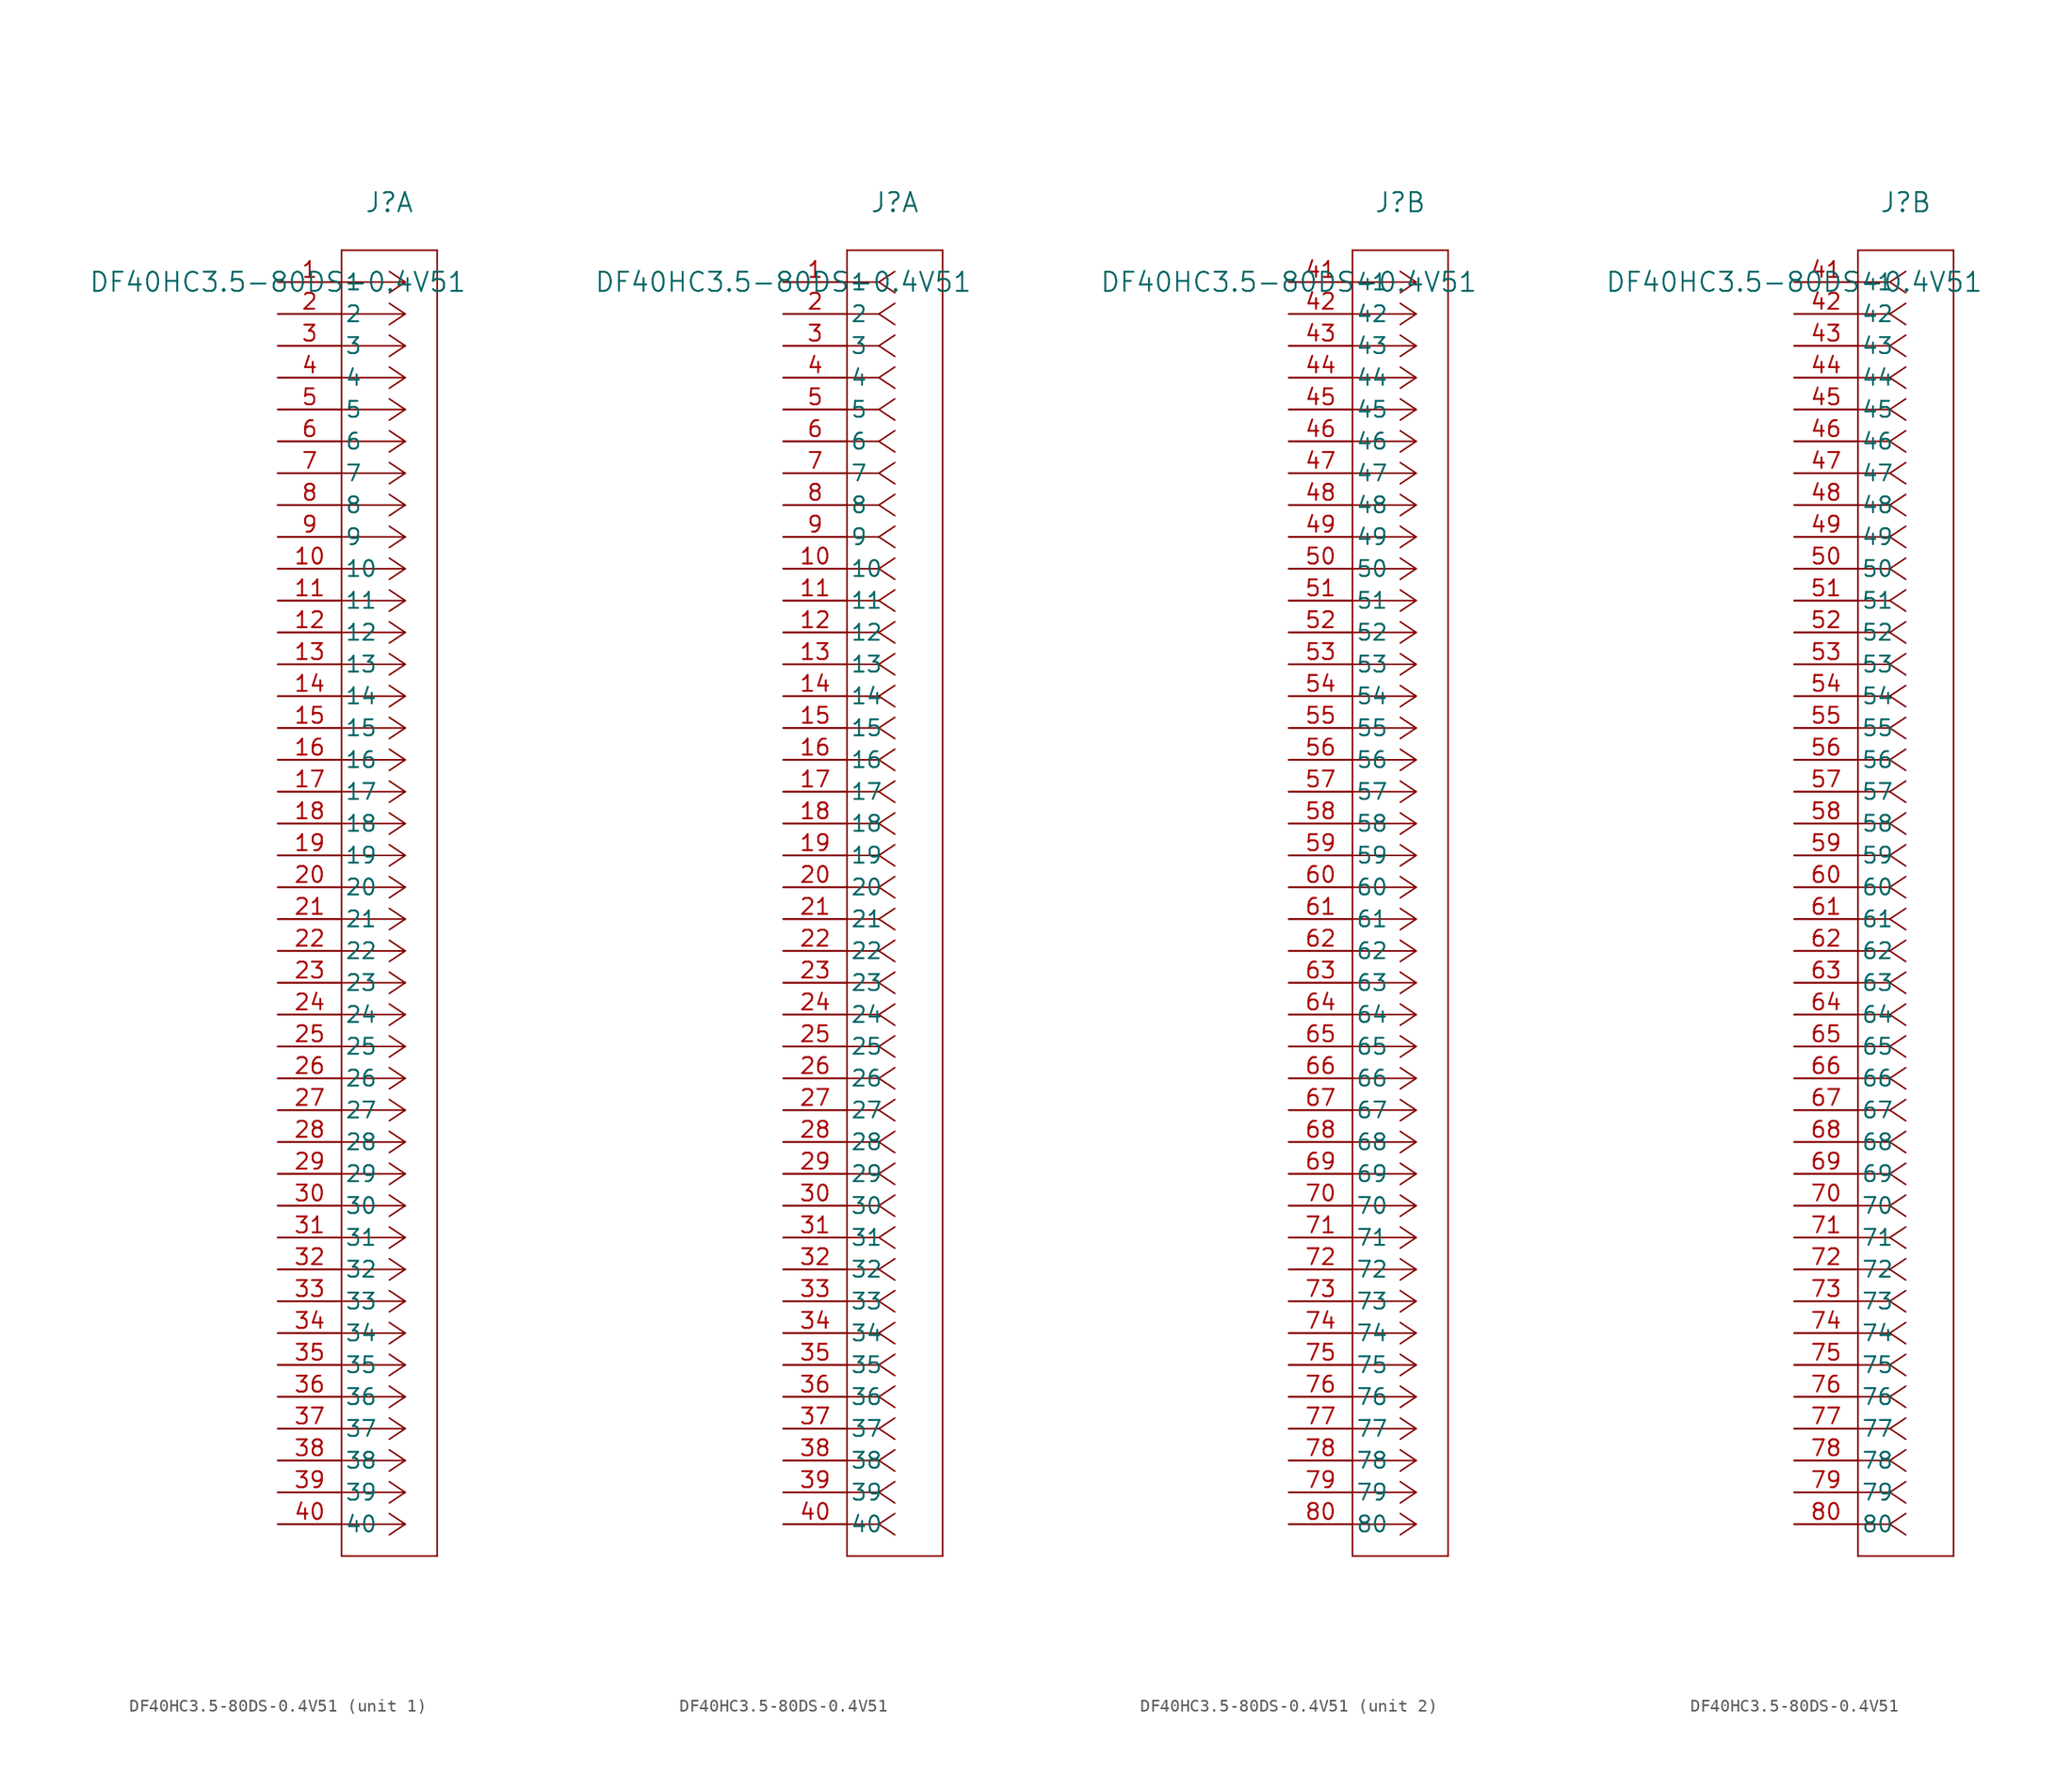
<source format=kicad_sym>
(kicad_symbol_lib
  (version 20211014)
  (generator kicad_symbol_editor)
  (symbol "DF40HC3.5-80DS-0.4V51"
    (pin_names
      (offset 0.254))
    (property "Reference" "J"
      (at 8.89 6.35 0)
      (effects (font (size 1.524 1.524))))
    (property "Value" "DF40HC3.5-80DS-0.4V51"
      (at 0 0 0)
      (effects (font (size 1.524 1.524))))
    (symbol "DF40HC3.5-80DS-0.4V51_1_1"
      (polyline (pts (xy 10.16 0) (xy 5.08 0)) (stroke (width 0.127) (type default) (color 0 0 0 0)) (fill (type none)))
      (polyline (pts (xy 10.16 -2.54) (xy 5.08 -2.54)) (stroke (width 0.127) (type default) (color 0 0 0 0)) (fill (type none)))
      (polyline (pts (xy 10.16 -5.08) (xy 5.08 -5.08)) (stroke (width 0.127) (type default) (color 0 0 0 0)) (fill (type none)))
      (polyline (pts (xy 10.16 -7.62) (xy 5.08 -7.62)) (stroke (width 0.127) (type default) (color 0 0 0 0)) (fill (type none)))
      (polyline (pts (xy 10.16 -10.16) (xy 5.08 -10.16)) (stroke (width 0.127) (type default) (color 0 0 0 0)) (fill (type none)))
      (polyline (pts (xy 10.16 -12.7) (xy 5.08 -12.7)) (stroke (width 0.127) (type default) (color 0 0 0 0)) (fill (type none)))
      (polyline (pts (xy 10.16 -15.24) (xy 5.08 -15.24)) (stroke (width 0.127) (type default) (color 0 0 0 0)) (fill (type none)))
      (polyline (pts (xy 10.16 -17.78) (xy 5.08 -17.78)) (stroke (width 0.127) (type default) (color 0 0 0 0)) (fill (type none)))
      (polyline (pts (xy 10.16 -20.32) (xy 5.08 -20.32)) (stroke (width 0.127) (type default) (color 0 0 0 0)) (fill (type none)))
      (polyline (pts (xy 10.16 -22.86) (xy 5.08 -22.86)) (stroke (width 0.127) (type default) (color 0 0 0 0)) (fill (type none)))
      (polyline (pts (xy 10.16 -25.4) (xy 5.08 -25.4)) (stroke (width 0.127) (type default) (color 0 0 0 0)) (fill (type none)))
      (polyline (pts (xy 10.16 -27.94) (xy 5.08 -27.94)) (stroke (width 0.127) (type default) (color 0 0 0 0)) (fill (type none)))
      (polyline (pts (xy 10.16 -30.48) (xy 5.08 -30.48)) (stroke (width 0.127) (type default) (color 0 0 0 0)) (fill (type none)))
      (polyline (pts (xy 10.16 -33.02) (xy 5.08 -33.02)) (stroke (width 0.127) (type default) (color 0 0 0 0)) (fill (type none)))
      (polyline (pts (xy 10.16 -35.56) (xy 5.08 -35.56)) (stroke (width 0.127) (type default) (color 0 0 0 0)) (fill (type none)))
      (polyline (pts (xy 10.16 -38.1) (xy 5.08 -38.1)) (stroke (width 0.127) (type default) (color 0 0 0 0)) (fill (type none)))
      (polyline (pts (xy 10.16 -40.64) (xy 5.08 -40.64)) (stroke (width 0.127) (type default) (color 0 0 0 0)) (fill (type none)))
      (polyline (pts (xy 10.16 -43.18) (xy 5.08 -43.18)) (stroke (width 0.127) (type default) (color 0 0 0 0)) (fill (type none)))
      (polyline (pts (xy 10.16 -45.72) (xy 5.08 -45.72)) (stroke (width 0.127) (type default) (color 0 0 0 0)) (fill (type none)))
      (polyline (pts (xy 10.16 -48.26) (xy 5.08 -48.26)) (stroke (width 0.127) (type default) (color 0 0 0 0)) (fill (type none)))
      (polyline (pts (xy 10.16 -50.8) (xy 5.08 -50.8)) (stroke (width 0.127) (type default) (color 0 0 0 0)) (fill (type none)))
      (polyline (pts (xy 10.16 -53.34) (xy 5.08 -53.34)) (stroke (width 0.127) (type default) (color 0 0 0 0)) (fill (type none)))
      (polyline (pts (xy 10.16 -55.88) (xy 5.08 -55.88)) (stroke (width 0.127) (type default) (color 0 0 0 0)) (fill (type none)))
      (polyline (pts (xy 10.16 -58.42) (xy 5.08 -58.42)) (stroke (width 0.127) (type default) (color 0 0 0 0)) (fill (type none)))
      (polyline (pts (xy 10.16 -60.96) (xy 5.08 -60.96)) (stroke (width 0.127) (type default) (color 0 0 0 0)) (fill (type none)))
      (polyline (pts (xy 10.16 -63.5) (xy 5.08 -63.5)) (stroke (width 0.127) (type default) (color 0 0 0 0)) (fill (type none)))
      (polyline (pts (xy 10.16 -66.04) (xy 5.08 -66.04)) (stroke (width 0.127) (type default) (color 0 0 0 0)) (fill (type none)))
      (polyline (pts (xy 10.16 -68.58) (xy 5.08 -68.58)) (stroke (width 0.127) (type default) (color 0 0 0 0)) (fill (type none)))
      (polyline (pts (xy 10.16 -71.12) (xy 5.08 -71.12)) (stroke (width 0.127) (type default) (color 0 0 0 0)) (fill (type none)))
      (polyline (pts (xy 10.16 -73.66) (xy 5.08 -73.66)) (stroke (width 0.127) (type default) (color 0 0 0 0)) (fill (type none)))
      (polyline (pts (xy 10.16 -76.2) (xy 5.08 -76.2)) (stroke (width 0.127) (type default) (color 0 0 0 0)) (fill (type none)))
      (polyline (pts (xy 10.16 -78.74) (xy 5.08 -78.74)) (stroke (width 0.127) (type default) (color 0 0 0 0)) (fill (type none)))
      (polyline (pts (xy 10.16 -81.28) (xy 5.08 -81.28)) (stroke (width 0.127) (type default) (color 0 0 0 0)) (fill (type none)))
      (polyline (pts (xy 10.16 -83.82) (xy 5.08 -83.82)) (stroke (width 0.127) (type default) (color 0 0 0 0)) (fill (type none)))
      (polyline (pts (xy 10.16 -86.36) (xy 5.08 -86.36)) (stroke (width 0.127) (type default) (color 0 0 0 0)) (fill (type none)))
      (polyline (pts (xy 10.16 -88.9) (xy 5.08 -88.9)) (stroke (width 0.127) (type default) (color 0 0 0 0)) (fill (type none)))
      (polyline (pts (xy 10.16 -91.44) (xy 5.08 -91.44)) (stroke (width 0.127) (type default) (color 0 0 0 0)) (fill (type none)))
      (polyline (pts (xy 10.16 -93.98) (xy 5.08 -93.98)) (stroke (width 0.127) (type default) (color 0 0 0 0)) (fill (type none)))
      (polyline (pts (xy 10.16 -96.52) (xy 5.08 -96.52)) (stroke (width 0.127) (type default) (color 0 0 0 0)) (fill (type none)))
      (polyline (pts (xy 10.16 -99.06) (xy 5.08 -99.06)) (stroke (width 0.127) (type default) (color 0 0 0 0)) (fill (type none)))
      (polyline (pts (xy 10.16 0) (xy 8.89 0.847)) (stroke (width 0.127) (type default) (color 0 0 0 0)) (fill (type none)))
      (polyline (pts (xy 10.16 -2.54) (xy 8.89 -1.693)) (stroke (width 0.127) (type default) (color 0 0 0 0)) (fill (type none)))
      (polyline (pts (xy 10.16 -5.08) (xy 8.89 -4.233)) (stroke (width 0.127) (type default) (color 0 0 0 0)) (fill (type none)))
      (polyline (pts (xy 10.16 -7.62) (xy 8.89 -6.773)) (stroke (width 0.127) (type default) (color 0 0 0 0)) (fill (type none)))
      (polyline (pts (xy 10.16 -10.16) (xy 8.89 -9.313)) (stroke (width 0.127) (type default) (color 0 0 0 0)) (fill (type none)))
      (polyline (pts (xy 10.16 -12.7) (xy 8.89 -11.853)) (stroke (width 0.127) (type default) (color 0 0 0 0)) (fill (type none)))
      (polyline (pts (xy 10.16 -15.24) (xy 8.89 -14.393)) (stroke (width 0.127) (type default) (color 0 0 0 0)) (fill (type none)))
      (polyline (pts (xy 10.16 -17.78) (xy 8.89 -16.933)) (stroke (width 0.127) (type default) (color 0 0 0 0)) (fill (type none)))
      (polyline (pts (xy 10.16 -20.32) (xy 8.89 -19.473)) (stroke (width 0.127) (type default) (color 0 0 0 0)) (fill (type none)))
      (polyline (pts (xy 10.16 -22.86) (xy 8.89 -22.013)) (stroke (width 0.127) (type default) (color 0 0 0 0)) (fill (type none)))
      (polyline (pts (xy 10.16 -25.4) (xy 8.89 -24.553)) (stroke (width 0.127) (type default) (color 0 0 0 0)) (fill (type none)))
      (polyline (pts (xy 10.16 -27.94) (xy 8.89 -27.093)) (stroke (width 0.127) (type default) (color 0 0 0 0)) (fill (type none)))
      (polyline (pts (xy 10.16 -30.48) (xy 8.89 -29.633)) (stroke (width 0.127) (type default) (color 0 0 0 0)) (fill (type none)))
      (polyline (pts (xy 10.16 -33.02) (xy 8.89 -32.173)) (stroke (width 0.127) (type default) (color 0 0 0 0)) (fill (type none)))
      (polyline (pts (xy 10.16 -35.56) (xy 8.89 -34.713)) (stroke (width 0.127) (type default) (color 0 0 0 0)) (fill (type none)))
      (polyline (pts (xy 10.16 -38.1) (xy 8.89 -37.253)) (stroke (width 0.127) (type default) (color 0 0 0 0)) (fill (type none)))
      (polyline (pts (xy 10.16 -40.64) (xy 8.89 -39.793)) (stroke (width 0.127) (type default) (color 0 0 0 0)) (fill (type none)))
      (polyline (pts (xy 10.16 -43.18) (xy 8.89 -42.333)) (stroke (width 0.127) (type default) (color 0 0 0 0)) (fill (type none)))
      (polyline (pts (xy 10.16 -45.72) (xy 8.89 -44.873)) (stroke (width 0.127) (type default) (color 0 0 0 0)) (fill (type none)))
      (polyline (pts (xy 10.16 -48.26) (xy 8.89 -47.413)) (stroke (width 0.127) (type default) (color 0 0 0 0)) (fill (type none)))
      (polyline (pts (xy 10.16 -50.8) (xy 8.89 -49.953)) (stroke (width 0.127) (type default) (color 0 0 0 0)) (fill (type none)))
      (polyline (pts (xy 10.16 -53.34) (xy 8.89 -52.493)) (stroke (width 0.127) (type default) (color 0 0 0 0)) (fill (type none)))
      (polyline (pts (xy 10.16 -55.88) (xy 8.89 -55.033)) (stroke (width 0.127) (type default) (color 0 0 0 0)) (fill (type none)))
      (polyline (pts (xy 10.16 -58.42) (xy 8.89 -57.573)) (stroke (width 0.127) (type default) (color 0 0 0 0)) (fill (type none)))
      (polyline (pts (xy 10.16 -60.96) (xy 8.89 -60.113)) (stroke (width 0.127) (type default) (color 0 0 0 0)) (fill (type none)))
      (polyline (pts (xy 10.16 -63.5) (xy 8.89 -62.653)) (stroke (width 0.127) (type default) (color 0 0 0 0)) (fill (type none)))
      (polyline (pts (xy 10.16 -66.04) (xy 8.89 -65.193)) (stroke (width 0.127) (type default) (color 0 0 0 0)) (fill (type none)))
      (polyline (pts (xy 10.16 -68.58) (xy 8.89 -67.733)) (stroke (width 0.127) (type default) (color 0 0 0 0)) (fill (type none)))
      (polyline (pts (xy 10.16 -71.12) (xy 8.89 -70.273)) (stroke (width 0.127) (type default) (color 0 0 0 0)) (fill (type none)))
      (polyline (pts (xy 10.16 -73.66) (xy 8.89 -72.813)) (stroke (width 0.127) (type default) (color 0 0 0 0)) (fill (type none)))
      (polyline (pts (xy 10.16 -76.2) (xy 8.89 -75.353)) (stroke (width 0.127) (type default) (color 0 0 0 0)) (fill (type none)))
      (polyline (pts (xy 10.16 -78.74) (xy 8.89 -77.893)) (stroke (width 0.127) (type default) (color 0 0 0 0)) (fill (type none)))
      (polyline (pts (xy 10.16 -81.28) (xy 8.89 -80.433)) (stroke (width 0.127) (type default) (color 0 0 0 0)) (fill (type none)))
      (polyline (pts (xy 10.16 -83.82) (xy 8.89 -82.973)) (stroke (width 0.127) (type default) (color 0 0 0 0)) (fill (type none)))
      (polyline (pts (xy 10.16 -86.36) (xy 8.89 -85.513)) (stroke (width 0.127) (type default) (color 0 0 0 0)) (fill (type none)))
      (polyline (pts (xy 10.16 -88.9) (xy 8.89 -88.053)) (stroke (width 0.127) (type default) (color 0 0 0 0)) (fill (type none)))
      (polyline (pts (xy 10.16 -91.44) (xy 8.89 -90.593)) (stroke (width 0.127) (type default) (color 0 0 0 0)) (fill (type none)))
      (polyline (pts (xy 10.16 -93.98) (xy 8.89 -93.133)) (stroke (width 0.127) (type default) (color 0 0 0 0)) (fill (type none)))
      (polyline (pts (xy 10.16 -96.52) (xy 8.89 -95.673)) (stroke (width 0.127) (type default) (color 0 0 0 0)) (fill (type none)))
      (polyline (pts (xy 10.16 -99.06) (xy 8.89 -98.213)) (stroke (width 0.127) (type default) (color 0 0 0 0)) (fill (type none)))
      (polyline (pts (xy 10.16 0) (xy 8.89 -0.847)) (stroke (width 0.127) (type default) (color 0 0 0 0)) (fill (type none)))
      (polyline (pts (xy 10.16 -2.54) (xy 8.89 -3.387)) (stroke (width 0.127) (type default) (color 0 0 0 0)) (fill (type none)))
      (polyline (pts (xy 10.16 -5.08) (xy 8.89 -5.927)) (stroke (width 0.127) (type default) (color 0 0 0 0)) (fill (type none)))
      (polyline (pts (xy 10.16 -7.62) (xy 8.89 -8.467)) (stroke (width 0.127) (type default) (color 0 0 0 0)) (fill (type none)))
      (polyline (pts (xy 10.16 -10.16) (xy 8.89 -11.007)) (stroke (width 0.127) (type default) (color 0 0 0 0)) (fill (type none)))
      (polyline (pts (xy 10.16 -12.7) (xy 8.89 -13.547)) (stroke (width 0.127) (type default) (color 0 0 0 0)) (fill (type none)))
      (polyline (pts (xy 10.16 -15.24) (xy 8.89 -16.087)) (stroke (width 0.127) (type default) (color 0 0 0 0)) (fill (type none)))
      (polyline (pts (xy 10.16 -17.78) (xy 8.89 -18.627)) (stroke (width 0.127) (type default) (color 0 0 0 0)) (fill (type none)))
      (polyline (pts (xy 10.16 -20.32) (xy 8.89 -21.167)) (stroke (width 0.127) (type default) (color 0 0 0 0)) (fill (type none)))
      (polyline (pts (xy 10.16 -22.86) (xy 8.89 -23.707)) (stroke (width 0.127) (type default) (color 0 0 0 0)) (fill (type none)))
      (polyline (pts (xy 10.16 -25.4) (xy 8.89 -26.247)) (stroke (width 0.127) (type default) (color 0 0 0 0)) (fill (type none)))
      (polyline (pts (xy 10.16 -27.94) (xy 8.89 -28.787)) (stroke (width 0.127) (type default) (color 0 0 0 0)) (fill (type none)))
      (polyline (pts (xy 10.16 -30.48) (xy 8.89 -31.327)) (stroke (width 0.127) (type default) (color 0 0 0 0)) (fill (type none)))
      (polyline (pts (xy 10.16 -33.02) (xy 8.89 -33.867)) (stroke (width 0.127) (type default) (color 0 0 0 0)) (fill (type none)))
      (polyline (pts (xy 10.16 -35.56) (xy 8.89 -36.407)) (stroke (width 0.127) (type default) (color 0 0 0 0)) (fill (type none)))
      (polyline (pts (xy 10.16 -38.1) (xy 8.89 -38.947)) (stroke (width 0.127) (type default) (color 0 0 0 0)) (fill (type none)))
      (polyline (pts (xy 10.16 -40.64) (xy 8.89 -41.487)) (stroke (width 0.127) (type default) (color 0 0 0 0)) (fill (type none)))
      (polyline (pts (xy 10.16 -43.18) (xy 8.89 -44.027)) (stroke (width 0.127) (type default) (color 0 0 0 0)) (fill (type none)))
      (polyline (pts (xy 10.16 -45.72) (xy 8.89 -46.567)) (stroke (width 0.127) (type default) (color 0 0 0 0)) (fill (type none)))
      (polyline (pts (xy 10.16 -48.26) (xy 8.89 -49.107)) (stroke (width 0.127) (type default) (color 0 0 0 0)) (fill (type none)))
      (polyline (pts (xy 10.16 -50.8) (xy 8.89 -51.647)) (stroke (width 0.127) (type default) (color 0 0 0 0)) (fill (type none)))
      (polyline (pts (xy 10.16 -53.34) (xy 8.89 -54.187)) (stroke (width 0.127) (type default) (color 0 0 0 0)) (fill (type none)))
      (polyline (pts (xy 10.16 -55.88) (xy 8.89 -56.727)) (stroke (width 0.127) (type default) (color 0 0 0 0)) (fill (type none)))
      (polyline (pts (xy 10.16 -58.42) (xy 8.89 -59.267)) (stroke (width 0.127) (type default) (color 0 0 0 0)) (fill (type none)))
      (polyline (pts (xy 10.16 -60.96) (xy 8.89 -61.807)) (stroke (width 0.127) (type default) (color 0 0 0 0)) (fill (type none)))
      (polyline (pts (xy 10.16 -63.5) (xy 8.89 -64.347)) (stroke (width 0.127) (type default) (color 0 0 0 0)) (fill (type none)))
      (polyline (pts (xy 10.16 -66.04) (xy 8.89 -66.887)) (stroke (width 0.127) (type default) (color 0 0 0 0)) (fill (type none)))
      (polyline (pts (xy 10.16 -68.58) (xy 8.89 -69.427)) (stroke (width 0.127) (type default) (color 0 0 0 0)) (fill (type none)))
      (polyline (pts (xy 10.16 -71.12) (xy 8.89 -71.967)) (stroke (width 0.127) (type default) (color 0 0 0 0)) (fill (type none)))
      (polyline (pts (xy 10.16 -73.66) (xy 8.89 -74.507)) (stroke (width 0.127) (type default) (color 0 0 0 0)) (fill (type none)))
      (polyline (pts (xy 10.16 -76.2) (xy 8.89 -77.047)) (stroke (width 0.127) (type default) (color 0 0 0 0)) (fill (type none)))
      (polyline (pts (xy 10.16 -78.74) (xy 8.89 -79.587)) (stroke (width 0.127) (type default) (color 0 0 0 0)) (fill (type none)))
      (polyline (pts (xy 10.16 -81.28) (xy 8.89 -82.127)) (stroke (width 0.127) (type default) (color 0 0 0 0)) (fill (type none)))
      (polyline (pts (xy 10.16 -83.82) (xy 8.89 -84.667)) (stroke (width 0.127) (type default) (color 0 0 0 0)) (fill (type none)))
      (polyline (pts (xy 10.16 -86.36) (xy 8.89 -87.207)) (stroke (width 0.127) (type default) (color 0 0 0 0)) (fill (type none)))
      (polyline (pts (xy 10.16 -88.9) (xy 8.89 -89.747)) (stroke (width 0.127) (type default) (color 0 0 0 0)) (fill (type none)))
      (polyline (pts (xy 10.16 -91.44) (xy 8.89 -92.287)) (stroke (width 0.127) (type default) (color 0 0 0 0)) (fill (type none)))
      (polyline (pts (xy 10.16 -93.98) (xy 8.89 -94.827)) (stroke (width 0.127) (type default) (color 0 0 0 0)) (fill (type none)))
      (polyline (pts (xy 10.16 -96.52) (xy 8.89 -97.367)) (stroke (width 0.127) (type default) (color 0 0 0 0)) (fill (type none)))
      (polyline (pts (xy 10.16 -99.06) (xy 8.89 -99.907)) (stroke (width 0.127) (type default) (color 0 0 0 0)) (fill (type none)))
      (polyline (pts (xy 5.08 2.54) (xy 5.08 -101.6)) (stroke (width 0.127) (type default) (color 0 0 0 0)) (fill (type none)))
      (polyline (pts (xy 5.08 -101.6) (xy 12.7 -101.6)) (stroke (width 0.127) (type default) (color 0 0 0 0)) (fill (type none)))
      (polyline (pts (xy 12.7 -101.6) (xy 12.7 2.54)) (stroke (width 0.127) (type default) (color 0 0 0 0)) (fill (type none)))
      (polyline (pts (xy 12.7 2.54) (xy 5.08 2.54)) (stroke (width 0.127) (type default) (color 0 0 0 0)) (fill (type none)))
      (pin unspecified line (at 0 0 0) (length 5.08) (name "1" (effects (font (size 1.27 1.27)))) (number "1" (effects (font (size 1.27 1.27)))))
      (pin unspecified line (at 0 -2.54 0) (length 5.08) (name "2" (effects (font (size 1.27 1.27)))) (number "2" (effects (font (size 1.27 1.27)))))
      (pin unspecified line (at 0 -5.08 0) (length 5.08) (name "3" (effects (font (size 1.27 1.27)))) (number "3" (effects (font (size 1.27 1.27)))))
      (pin unspecified line (at 0 -7.62 0) (length 5.08) (name "4" (effects (font (size 1.27 1.27)))) (number "4" (effects (font (size 1.27 1.27)))))
      (pin unspecified line (at 0 -10.16 0) (length 5.08) (name "5" (effects (font (size 1.27 1.27)))) (number "5" (effects (font (size 1.27 1.27)))))
      (pin unspecified line (at 0 -12.7 0) (length 5.08) (name "6" (effects (font (size 1.27 1.27)))) (number "6" (effects (font (size 1.27 1.27)))))
      (pin unspecified line (at 0 -15.24 0) (length 5.08) (name "7" (effects (font (size 1.27 1.27)))) (number "7" (effects (font (size 1.27 1.27)))))
      (pin unspecified line (at 0 -17.78 0) (length 5.08) (name "8" (effects (font (size 1.27 1.27)))) (number "8" (effects (font (size 1.27 1.27)))))
      (pin unspecified line (at 0 -20.32 0) (length 5.08) (name "9" (effects (font (size 1.27 1.27)))) (number "9" (effects (font (size 1.27 1.27)))))
      (pin unspecified line (at 0 -22.86 0) (length 5.08) (name "10" (effects (font (size 1.27 1.27)))) (number "10" (effects (font (size 1.27 1.27)))))
      (pin unspecified line (at 0 -25.4 0) (length 5.08) (name "11" (effects (font (size 1.27 1.27)))) (number "11" (effects (font (size 1.27 1.27)))))
      (pin unspecified line (at 0 -27.94 0) (length 5.08) (name "12" (effects (font (size 1.27 1.27)))) (number "12" (effects (font (size 1.27 1.27)))))
      (pin unspecified line (at 0 -30.48 0) (length 5.08) (name "13" (effects (font (size 1.27 1.27)))) (number "13" (effects (font (size 1.27 1.27)))))
      (pin unspecified line (at 0 -33.02 0) (length 5.08) (name "14" (effects (font (size 1.27 1.27)))) (number "14" (effects (font (size 1.27 1.27)))))
      (pin unspecified line (at 0 -35.56 0) (length 5.08) (name "15" (effects (font (size 1.27 1.27)))) (number "15" (effects (font (size 1.27 1.27)))))
      (pin unspecified line (at 0 -38.1 0) (length 5.08) (name "16" (effects (font (size 1.27 1.27)))) (number "16" (effects (font (size 1.27 1.27)))))
      (pin unspecified line (at 0 -40.64 0) (length 5.08) (name "17" (effects (font (size 1.27 1.27)))) (number "17" (effects (font (size 1.27 1.27)))))
      (pin unspecified line (at 0 -43.18 0) (length 5.08) (name "18" (effects (font (size 1.27 1.27)))) (number "18" (effects (font (size 1.27 1.27)))))
      (pin unspecified line (at 0 -45.72 0) (length 5.08) (name "19" (effects (font (size 1.27 1.27)))) (number "19" (effects (font (size 1.27 1.27)))))
      (pin unspecified line (at 0 -48.26 0) (length 5.08) (name "20" (effects (font (size 1.27 1.27)))) (number "20" (effects (font (size 1.27 1.27)))))
      (pin unspecified line (at 0 -50.8 0) (length 5.08) (name "21" (effects (font (size 1.27 1.27)))) (number "21" (effects (font (size 1.27 1.27)))))
      (pin unspecified line (at 0 -53.34 0) (length 5.08) (name "22" (effects (font (size 1.27 1.27)))) (number "22" (effects (font (size 1.27 1.27)))))
      (pin unspecified line (at 0 -55.88 0) (length 5.08) (name "23" (effects (font (size 1.27 1.27)))) (number "23" (effects (font (size 1.27 1.27)))))
      (pin unspecified line (at 0 -58.42 0) (length 5.08) (name "24" (effects (font (size 1.27 1.27)))) (number "24" (effects (font (size 1.27 1.27)))))
      (pin unspecified line (at 0 -60.96 0) (length 5.08) (name "25" (effects (font (size 1.27 1.27)))) (number "25" (effects (font (size 1.27 1.27)))))
      (pin unspecified line (at 0 -63.5 0) (length 5.08) (name "26" (effects (font (size 1.27 1.27)))) (number "26" (effects (font (size 1.27 1.27)))))
      (pin unspecified line (at 0 -66.04 0) (length 5.08) (name "27" (effects (font (size 1.27 1.27)))) (number "27" (effects (font (size 1.27 1.27)))))
      (pin unspecified line (at 0 -68.58 0) (length 5.08) (name "28" (effects (font (size 1.27 1.27)))) (number "28" (effects (font (size 1.27 1.27)))))
      (pin unspecified line (at 0 -71.12 0) (length 5.08) (name "29" (effects (font (size 1.27 1.27)))) (number "29" (effects (font (size 1.27 1.27)))))
      (pin unspecified line (at 0 -73.66 0) (length 5.08) (name "30" (effects (font (size 1.27 1.27)))) (number "30" (effects (font (size 1.27 1.27)))))
      (pin unspecified line (at 0 -76.2 0) (length 5.08) (name "31" (effects (font (size 1.27 1.27)))) (number "31" (effects (font (size 1.27 1.27)))))
      (pin unspecified line (at 0 -78.74 0) (length 5.08) (name "32" (effects (font (size 1.27 1.27)))) (number "32" (effects (font (size 1.27 1.27)))))
      (pin unspecified line (at 0 -81.28 0) (length 5.08) (name "33" (effects (font (size 1.27 1.27)))) (number "33" (effects (font (size 1.27 1.27)))))
      (pin unspecified line (at 0 -83.82 0) (length 5.08) (name "34" (effects (font (size 1.27 1.27)))) (number "34" (effects (font (size 1.27 1.27)))))
      (pin unspecified line (at 0 -86.36 0) (length 5.08) (name "35" (effects (font (size 1.27 1.27)))) (number "35" (effects (font (size 1.27 1.27)))))
      (pin unspecified line (at 0 -88.9 0) (length 5.08) (name "36" (effects (font (size 1.27 1.27)))) (number "36" (effects (font (size 1.27 1.27)))))
      (pin unspecified line (at 0 -91.44 0) (length 5.08) (name "37" (effects (font (size 1.27 1.27)))) (number "37" (effects (font (size 1.27 1.27)))))
      (pin unspecified line (at 0 -93.98 0) (length 5.08) (name "38" (effects (font (size 1.27 1.27)))) (number "38" (effects (font (size 1.27 1.27)))))
      (pin unspecified line (at 0 -96.52 0) (length 5.08) (name "39" (effects (font (size 1.27 1.27)))) (number "39" (effects (font (size 1.27 1.27)))))
      (pin unspecified line (at 0 -99.06 0) (length 5.08) (name "40" (effects (font (size 1.27 1.27)))) (number "40" (effects (font (size 1.27 1.27))))))
    (symbol "DF40HC3.5-80DS-0.4V51_1_2"
      (polyline (pts (xy 7.62 0) (xy 5.08 0)) (stroke (width 0.127) (type default) (color 0 0 0 0)) (fill (type none)))
      (polyline (pts (xy 7.62 -2.54) (xy 5.08 -2.54)) (stroke (width 0.127) (type default) (color 0 0 0 0)) (fill (type none)))
      (polyline (pts (xy 7.62 -5.08) (xy 5.08 -5.08)) (stroke (width 0.127) (type default) (color 0 0 0 0)) (fill (type none)))
      (polyline (pts (xy 7.62 -7.62) (xy 5.08 -7.62)) (stroke (width 0.127) (type default) (color 0 0 0 0)) (fill (type none)))
      (polyline (pts (xy 7.62 -10.16) (xy 5.08 -10.16)) (stroke (width 0.127) (type default) (color 0 0 0 0)) (fill (type none)))
      (polyline (pts (xy 7.62 -12.7) (xy 5.08 -12.7)) (stroke (width 0.127) (type default) (color 0 0 0 0)) (fill (type none)))
      (polyline (pts (xy 7.62 -15.24) (xy 5.08 -15.24)) (stroke (width 0.127) (type default) (color 0 0 0 0)) (fill (type none)))
      (polyline (pts (xy 7.62 -17.78) (xy 5.08 -17.78)) (stroke (width 0.127) (type default) (color 0 0 0 0)) (fill (type none)))
      (polyline (pts (xy 7.62 -20.32) (xy 5.08 -20.32)) (stroke (width 0.127) (type default) (color 0 0 0 0)) (fill (type none)))
      (polyline (pts (xy 7.62 -22.86) (xy 5.08 -22.86)) (stroke (width 0.127) (type default) (color 0 0 0 0)) (fill (type none)))
      (polyline (pts (xy 7.62 -25.4) (xy 5.08 -25.4)) (stroke (width 0.127) (type default) (color 0 0 0 0)) (fill (type none)))
      (polyline (pts (xy 7.62 -27.94) (xy 5.08 -27.94)) (stroke (width 0.127) (type default) (color 0 0 0 0)) (fill (type none)))
      (polyline (pts (xy 7.62 -30.48) (xy 5.08 -30.48)) (stroke (width 0.127) (type default) (color 0 0 0 0)) (fill (type none)))
      (polyline (pts (xy 7.62 -33.02) (xy 5.08 -33.02)) (stroke (width 0.127) (type default) (color 0 0 0 0)) (fill (type none)))
      (polyline (pts (xy 7.62 -35.56) (xy 5.08 -35.56)) (stroke (width 0.127) (type default) (color 0 0 0 0)) (fill (type none)))
      (polyline (pts (xy 7.62 -38.1) (xy 5.08 -38.1)) (stroke (width 0.127) (type default) (color 0 0 0 0)) (fill (type none)))
      (polyline (pts (xy 7.62 -40.64) (xy 5.08 -40.64)) (stroke (width 0.127) (type default) (color 0 0 0 0)) (fill (type none)))
      (polyline (pts (xy 7.62 -43.18) (xy 5.08 -43.18)) (stroke (width 0.127) (type default) (color 0 0 0 0)) (fill (type none)))
      (polyline (pts (xy 7.62 -45.72) (xy 5.08 -45.72)) (stroke (width 0.127) (type default) (color 0 0 0 0)) (fill (type none)))
      (polyline (pts (xy 7.62 -48.26) (xy 5.08 -48.26)) (stroke (width 0.127) (type default) (color 0 0 0 0)) (fill (type none)))
      (polyline (pts (xy 7.62 -50.8) (xy 5.08 -50.8)) (stroke (width 0.127) (type default) (color 0 0 0 0)) (fill (type none)))
      (polyline (pts (xy 7.62 -53.34) (xy 5.08 -53.34)) (stroke (width 0.127) (type default) (color 0 0 0 0)) (fill (type none)))
      (polyline (pts (xy 7.62 -55.88) (xy 5.08 -55.88)) (stroke (width 0.127) (type default) (color 0 0 0 0)) (fill (type none)))
      (polyline (pts (xy 7.62 -58.42) (xy 5.08 -58.42)) (stroke (width 0.127) (type default) (color 0 0 0 0)) (fill (type none)))
      (polyline (pts (xy 7.62 -60.96) (xy 5.08 -60.96)) (stroke (width 0.127) (type default) (color 0 0 0 0)) (fill (type none)))
      (polyline (pts (xy 7.62 -63.5) (xy 5.08 -63.5)) (stroke (width 0.127) (type default) (color 0 0 0 0)) (fill (type none)))
      (polyline (pts (xy 7.62 -66.04) (xy 5.08 -66.04)) (stroke (width 0.127) (type default) (color 0 0 0 0)) (fill (type none)))
      (polyline (pts (xy 7.62 -68.58) (xy 5.08 -68.58)) (stroke (width 0.127) (type default) (color 0 0 0 0)) (fill (type none)))
      (polyline (pts (xy 7.62 -71.12) (xy 5.08 -71.12)) (stroke (width 0.127) (type default) (color 0 0 0 0)) (fill (type none)))
      (polyline (pts (xy 7.62 -73.66) (xy 5.08 -73.66)) (stroke (width 0.127) (type default) (color 0 0 0 0)) (fill (type none)))
      (polyline (pts (xy 7.62 -76.2) (xy 5.08 -76.2)) (stroke (width 0.127) (type default) (color 0 0 0 0)) (fill (type none)))
      (polyline (pts (xy 7.62 -78.74) (xy 5.08 -78.74)) (stroke (width 0.127) (type default) (color 0 0 0 0)) (fill (type none)))
      (polyline (pts (xy 7.62 -81.28) (xy 5.08 -81.28)) (stroke (width 0.127) (type default) (color 0 0 0 0)) (fill (type none)))
      (polyline (pts (xy 7.62 -83.82) (xy 5.08 -83.82)) (stroke (width 0.127) (type default) (color 0 0 0 0)) (fill (type none)))
      (polyline (pts (xy 7.62 -86.36) (xy 5.08 -86.36)) (stroke (width 0.127) (type default) (color 0 0 0 0)) (fill (type none)))
      (polyline (pts (xy 7.62 -88.9) (xy 5.08 -88.9)) (stroke (width 0.127) (type default) (color 0 0 0 0)) (fill (type none)))
      (polyline (pts (xy 7.62 -91.44) (xy 5.08 -91.44)) (stroke (width 0.127) (type default) (color 0 0 0 0)) (fill (type none)))
      (polyline (pts (xy 7.62 -93.98) (xy 5.08 -93.98)) (stroke (width 0.127) (type default) (color 0 0 0 0)) (fill (type none)))
      (polyline (pts (xy 7.62 -96.52) (xy 5.08 -96.52)) (stroke (width 0.127) (type default) (color 0 0 0 0)) (fill (type none)))
      (polyline (pts (xy 7.62 -99.06) (xy 5.08 -99.06)) (stroke (width 0.127) (type default) (color 0 0 0 0)) (fill (type none)))
      (polyline (pts (xy 7.62 0) (xy 8.89 0.847)) (stroke (width 0.127) (type default) (color 0 0 0 0)) (fill (type none)))
      (polyline (pts (xy 7.62 -2.54) (xy 8.89 -1.693)) (stroke (width 0.127) (type default) (color 0 0 0 0)) (fill (type none)))
      (polyline (pts (xy 7.62 -5.08) (xy 8.89 -4.233)) (stroke (width 0.127) (type default) (color 0 0 0 0)) (fill (type none)))
      (polyline (pts (xy 7.62 -7.62) (xy 8.89 -6.773)) (stroke (width 0.127) (type default) (color 0 0 0 0)) (fill (type none)))
      (polyline (pts (xy 7.62 -10.16) (xy 8.89 -9.313)) (stroke (width 0.127) (type default) (color 0 0 0 0)) (fill (type none)))
      (polyline (pts (xy 7.62 -12.7) (xy 8.89 -11.853)) (stroke (width 0.127) (type default) (color 0 0 0 0)) (fill (type none)))
      (polyline (pts (xy 7.62 -15.24) (xy 8.89 -14.393)) (stroke (width 0.127) (type default) (color 0 0 0 0)) (fill (type none)))
      (polyline (pts (xy 7.62 -17.78) (xy 8.89 -16.933)) (stroke (width 0.127) (type default) (color 0 0 0 0)) (fill (type none)))
      (polyline (pts (xy 7.62 -20.32) (xy 8.89 -19.473)) (stroke (width 0.127) (type default) (color 0 0 0 0)) (fill (type none)))
      (polyline (pts (xy 7.62 -22.86) (xy 8.89 -22.013)) (stroke (width 0.127) (type default) (color 0 0 0 0)) (fill (type none)))
      (polyline (pts (xy 7.62 -25.4) (xy 8.89 -24.553)) (stroke (width 0.127) (type default) (color 0 0 0 0)) (fill (type none)))
      (polyline (pts (xy 7.62 -27.94) (xy 8.89 -27.093)) (stroke (width 0.127) (type default) (color 0 0 0 0)) (fill (type none)))
      (polyline (pts (xy 7.62 -30.48) (xy 8.89 -29.633)) (stroke (width 0.127) (type default) (color 0 0 0 0)) (fill (type none)))
      (polyline (pts (xy 7.62 -33.02) (xy 8.89 -32.173)) (stroke (width 0.127) (type default) (color 0 0 0 0)) (fill (type none)))
      (polyline (pts (xy 7.62 -35.56) (xy 8.89 -34.713)) (stroke (width 0.127) (type default) (color 0 0 0 0)) (fill (type none)))
      (polyline (pts (xy 7.62 -38.1) (xy 8.89 -37.253)) (stroke (width 0.127) (type default) (color 0 0 0 0)) (fill (type none)))
      (polyline (pts (xy 7.62 -40.64) (xy 8.89 -39.793)) (stroke (width 0.127) (type default) (color 0 0 0 0)) (fill (type none)))
      (polyline (pts (xy 7.62 -43.18) (xy 8.89 -42.333)) (stroke (width 0.127) (type default) (color 0 0 0 0)) (fill (type none)))
      (polyline (pts (xy 7.62 -45.72) (xy 8.89 -44.873)) (stroke (width 0.127) (type default) (color 0 0 0 0)) (fill (type none)))
      (polyline (pts (xy 7.62 -48.26) (xy 8.89 -47.413)) (stroke (width 0.127) (type default) (color 0 0 0 0)) (fill (type none)))
      (polyline (pts (xy 7.62 -50.8) (xy 8.89 -49.953)) (stroke (width 0.127) (type default) (color 0 0 0 0)) (fill (type none)))
      (polyline (pts (xy 7.62 -53.34) (xy 8.89 -52.493)) (stroke (width 0.127) (type default) (color 0 0 0 0)) (fill (type none)))
      (polyline (pts (xy 7.62 -55.88) (xy 8.89 -55.033)) (stroke (width 0.127) (type default) (color 0 0 0 0)) (fill (type none)))
      (polyline (pts (xy 7.62 -58.42) (xy 8.89 -57.573)) (stroke (width 0.127) (type default) (color 0 0 0 0)) (fill (type none)))
      (polyline (pts (xy 7.62 -60.96) (xy 8.89 -60.113)) (stroke (width 0.127) (type default) (color 0 0 0 0)) (fill (type none)))
      (polyline (pts (xy 7.62 -63.5) (xy 8.89 -62.653)) (stroke (width 0.127) (type default) (color 0 0 0 0)) (fill (type none)))
      (polyline (pts (xy 7.62 -66.04) (xy 8.89 -65.193)) (stroke (width 0.127) (type default) (color 0 0 0 0)) (fill (type none)))
      (polyline (pts (xy 7.62 -68.58) (xy 8.89 -67.733)) (stroke (width 0.127) (type default) (color 0 0 0 0)) (fill (type none)))
      (polyline (pts (xy 7.62 -71.12) (xy 8.89 -70.273)) (stroke (width 0.127) (type default) (color 0 0 0 0)) (fill (type none)))
      (polyline (pts (xy 7.62 -73.66) (xy 8.89 -72.813)) (stroke (width 0.127) (type default) (color 0 0 0 0)) (fill (type none)))
      (polyline (pts (xy 7.62 -76.2) (xy 8.89 -75.353)) (stroke (width 0.127) (type default) (color 0 0 0 0)) (fill (type none)))
      (polyline (pts (xy 7.62 -78.74) (xy 8.89 -77.893)) (stroke (width 0.127) (type default) (color 0 0 0 0)) (fill (type none)))
      (polyline (pts (xy 7.62 -81.28) (xy 8.89 -80.433)) (stroke (width 0.127) (type default) (color 0 0 0 0)) (fill (type none)))
      (polyline (pts (xy 7.62 -83.82) (xy 8.89 -82.973)) (stroke (width 0.127) (type default) (color 0 0 0 0)) (fill (type none)))
      (polyline (pts (xy 7.62 -86.36) (xy 8.89 -85.513)) (stroke (width 0.127) (type default) (color 0 0 0 0)) (fill (type none)))
      (polyline (pts (xy 7.62 -88.9) (xy 8.89 -88.053)) (stroke (width 0.127) (type default) (color 0 0 0 0)) (fill (type none)))
      (polyline (pts (xy 7.62 -91.44) (xy 8.89 -90.593)) (stroke (width 0.127) (type default) (color 0 0 0 0)) (fill (type none)))
      (polyline (pts (xy 7.62 -93.98) (xy 8.89 -93.133)) (stroke (width 0.127) (type default) (color 0 0 0 0)) (fill (type none)))
      (polyline (pts (xy 7.62 -96.52) (xy 8.89 -95.673)) (stroke (width 0.127) (type default) (color 0 0 0 0)) (fill (type none)))
      (polyline (pts (xy 7.62 -99.06) (xy 8.89 -98.213)) (stroke (width 0.127) (type default) (color 0 0 0 0)) (fill (type none)))
      (polyline (pts (xy 7.62 0) (xy 8.89 -0.847)) (stroke (width 0.127) (type default) (color 0 0 0 0)) (fill (type none)))
      (polyline (pts (xy 7.62 -2.54) (xy 8.89 -3.387)) (stroke (width 0.127) (type default) (color 0 0 0 0)) (fill (type none)))
      (polyline (pts (xy 7.62 -5.08) (xy 8.89 -5.927)) (stroke (width 0.127) (type default) (color 0 0 0 0)) (fill (type none)))
      (polyline (pts (xy 7.62 -7.62) (xy 8.89 -8.467)) (stroke (width 0.127) (type default) (color 0 0 0 0)) (fill (type none)))
      (polyline (pts (xy 7.62 -10.16) (xy 8.89 -11.007)) (stroke (width 0.127) (type default) (color 0 0 0 0)) (fill (type none)))
      (polyline (pts (xy 7.62 -12.7) (xy 8.89 -13.547)) (stroke (width 0.127) (type default) (color 0 0 0 0)) (fill (type none)))
      (polyline (pts (xy 7.62 -15.24) (xy 8.89 -16.087)) (stroke (width 0.127) (type default) (color 0 0 0 0)) (fill (type none)))
      (polyline (pts (xy 7.62 -17.78) (xy 8.89 -18.627)) (stroke (width 0.127) (type default) (color 0 0 0 0)) (fill (type none)))
      (polyline (pts (xy 7.62 -20.32) (xy 8.89 -21.167)) (stroke (width 0.127) (type default) (color 0 0 0 0)) (fill (type none)))
      (polyline (pts (xy 7.62 -22.86) (xy 8.89 -23.707)) (stroke (width 0.127) (type default) (color 0 0 0 0)) (fill (type none)))
      (polyline (pts (xy 7.62 -25.4) (xy 8.89 -26.247)) (stroke (width 0.127) (type default) (color 0 0 0 0)) (fill (type none)))
      (polyline (pts (xy 7.62 -27.94) (xy 8.89 -28.787)) (stroke (width 0.127) (type default) (color 0 0 0 0)) (fill (type none)))
      (polyline (pts (xy 7.62 -30.48) (xy 8.89 -31.327)) (stroke (width 0.127) (type default) (color 0 0 0 0)) (fill (type none)))
      (polyline (pts (xy 7.62 -33.02) (xy 8.89 -33.867)) (stroke (width 0.127) (type default) (color 0 0 0 0)) (fill (type none)))
      (polyline (pts (xy 7.62 -35.56) (xy 8.89 -36.407)) (stroke (width 0.127) (type default) (color 0 0 0 0)) (fill (type none)))
      (polyline (pts (xy 7.62 -38.1) (xy 8.89 -38.947)) (stroke (width 0.127) (type default) (color 0 0 0 0)) (fill (type none)))
      (polyline (pts (xy 7.62 -40.64) (xy 8.89 -41.487)) (stroke (width 0.127) (type default) (color 0 0 0 0)) (fill (type none)))
      (polyline (pts (xy 7.62 -43.18) (xy 8.89 -44.027)) (stroke (width 0.127) (type default) (color 0 0 0 0)) (fill (type none)))
      (polyline (pts (xy 7.62 -45.72) (xy 8.89 -46.567)) (stroke (width 0.127) (type default) (color 0 0 0 0)) (fill (type none)))
      (polyline (pts (xy 7.62 -48.26) (xy 8.89 -49.107)) (stroke (width 0.127) (type default) (color 0 0 0 0)) (fill (type none)))
      (polyline (pts (xy 7.62 -50.8) (xy 8.89 -51.647)) (stroke (width 0.127) (type default) (color 0 0 0 0)) (fill (type none)))
      (polyline (pts (xy 7.62 -53.34) (xy 8.89 -54.187)) (stroke (width 0.127) (type default) (color 0 0 0 0)) (fill (type none)))
      (polyline (pts (xy 7.62 -55.88) (xy 8.89 -56.727)) (stroke (width 0.127) (type default) (color 0 0 0 0)) (fill (type none)))
      (polyline (pts (xy 7.62 -58.42) (xy 8.89 -59.267)) (stroke (width 0.127) (type default) (color 0 0 0 0)) (fill (type none)))
      (polyline (pts (xy 7.62 -60.96) (xy 8.89 -61.807)) (stroke (width 0.127) (type default) (color 0 0 0 0)) (fill (type none)))
      (polyline (pts (xy 7.62 -63.5) (xy 8.89 -64.347)) (stroke (width 0.127) (type default) (color 0 0 0 0)) (fill (type none)))
      (polyline (pts (xy 7.62 -66.04) (xy 8.89 -66.887)) (stroke (width 0.127) (type default) (color 0 0 0 0)) (fill (type none)))
      (polyline (pts (xy 7.62 -68.58) (xy 8.89 -69.427)) (stroke (width 0.127) (type default) (color 0 0 0 0)) (fill (type none)))
      (polyline (pts (xy 7.62 -71.12) (xy 8.89 -71.967)) (stroke (width 0.127) (type default) (color 0 0 0 0)) (fill (type none)))
      (polyline (pts (xy 7.62 -73.66) (xy 8.89 -74.507)) (stroke (width 0.127) (type default) (color 0 0 0 0)) (fill (type none)))
      (polyline (pts (xy 7.62 -76.2) (xy 8.89 -77.047)) (stroke (width 0.127) (type default) (color 0 0 0 0)) (fill (type none)))
      (polyline (pts (xy 7.62 -78.74) (xy 8.89 -79.587)) (stroke (width 0.127) (type default) (color 0 0 0 0)) (fill (type none)))
      (polyline (pts (xy 7.62 -81.28) (xy 8.89 -82.127)) (stroke (width 0.127) (type default) (color 0 0 0 0)) (fill (type none)))
      (polyline (pts (xy 7.62 -83.82) (xy 8.89 -84.667)) (stroke (width 0.127) (type default) (color 0 0 0 0)) (fill (type none)))
      (polyline (pts (xy 7.62 -86.36) (xy 8.89 -87.207)) (stroke (width 0.127) (type default) (color 0 0 0 0)) (fill (type none)))
      (polyline (pts (xy 7.62 -88.9) (xy 8.89 -89.747)) (stroke (width 0.127) (type default) (color 0 0 0 0)) (fill (type none)))
      (polyline (pts (xy 7.62 -91.44) (xy 8.89 -92.287)) (stroke (width 0.127) (type default) (color 0 0 0 0)) (fill (type none)))
      (polyline (pts (xy 7.62 -93.98) (xy 8.89 -94.827)) (stroke (width 0.127) (type default) (color 0 0 0 0)) (fill (type none)))
      (polyline (pts (xy 7.62 -96.52) (xy 8.89 -97.367)) (stroke (width 0.127) (type default) (color 0 0 0 0)) (fill (type none)))
      (polyline (pts (xy 7.62 -99.06) (xy 8.89 -99.907)) (stroke (width 0.127) (type default) (color 0 0 0 0)) (fill (type none)))
      (polyline (pts (xy 5.08 2.54) (xy 5.08 -101.6)) (stroke (width 0.127) (type default) (color 0 0 0 0)) (fill (type none)))
      (polyline (pts (xy 5.08 -101.6) (xy 12.7 -101.6)) (stroke (width 0.127) (type default) (color 0 0 0 0)) (fill (type none)))
      (polyline (pts (xy 12.7 -101.6) (xy 12.7 2.54)) (stroke (width 0.127) (type default) (color 0 0 0 0)) (fill (type none)))
      (polyline (pts (xy 12.7 2.54) (xy 5.08 2.54)) (stroke (width 0.127) (type default) (color 0 0 0 0)) (fill (type none)))
      (pin unspecified line (at 0 0 0) (length 5.08) (name "1" (effects (font (size 1.27 1.27)))) (number "1" (effects (font (size 1.27 1.27)))))
      (pin unspecified line (at 0 -2.54 0) (length 5.08) (name "2" (effects (font (size 1.27 1.27)))) (number "2" (effects (font (size 1.27 1.27)))))
      (pin unspecified line (at 0 -5.08 0) (length 5.08) (name "3" (effects (font (size 1.27 1.27)))) (number "3" (effects (font (size 1.27 1.27)))))
      (pin unspecified line (at 0 -7.62 0) (length 5.08) (name "4" (effects (font (size 1.27 1.27)))) (number "4" (effects (font (size 1.27 1.27)))))
      (pin unspecified line (at 0 -10.16 0) (length 5.08) (name "5" (effects (font (size 1.27 1.27)))) (number "5" (effects (font (size 1.27 1.27)))))
      (pin unspecified line (at 0 -12.7 0) (length 5.08) (name "6" (effects (font (size 1.27 1.27)))) (number "6" (effects (font (size 1.27 1.27)))))
      (pin unspecified line (at 0 -15.24 0) (length 5.08) (name "7" (effects (font (size 1.27 1.27)))) (number "7" (effects (font (size 1.27 1.27)))))
      (pin unspecified line (at 0 -17.78 0) (length 5.08) (name "8" (effects (font (size 1.27 1.27)))) (number "8" (effects (font (size 1.27 1.27)))))
      (pin unspecified line (at 0 -20.32 0) (length 5.08) (name "9" (effects (font (size 1.27 1.27)))) (number "9" (effects (font (size 1.27 1.27)))))
      (pin unspecified line (at 0 -22.86 0) (length 5.08) (name "10" (effects (font (size 1.27 1.27)))) (number "10" (effects (font (size 1.27 1.27)))))
      (pin unspecified line (at 0 -25.4 0) (length 5.08) (name "11" (effects (font (size 1.27 1.27)))) (number "11" (effects (font (size 1.27 1.27)))))
      (pin unspecified line (at 0 -27.94 0) (length 5.08) (name "12" (effects (font (size 1.27 1.27)))) (number "12" (effects (font (size 1.27 1.27)))))
      (pin unspecified line (at 0 -30.48 0) (length 5.08) (name "13" (effects (font (size 1.27 1.27)))) (number "13" (effects (font (size 1.27 1.27)))))
      (pin unspecified line (at 0 -33.02 0) (length 5.08) (name "14" (effects (font (size 1.27 1.27)))) (number "14" (effects (font (size 1.27 1.27)))))
      (pin unspecified line (at 0 -35.56 0) (length 5.08) (name "15" (effects (font (size 1.27 1.27)))) (number "15" (effects (font (size 1.27 1.27)))))
      (pin unspecified line (at 0 -38.1 0) (length 5.08) (name "16" (effects (font (size 1.27 1.27)))) (number "16" (effects (font (size 1.27 1.27)))))
      (pin unspecified line (at 0 -40.64 0) (length 5.08) (name "17" (effects (font (size 1.27 1.27)))) (number "17" (effects (font (size 1.27 1.27)))))
      (pin unspecified line (at 0 -43.18 0) (length 5.08) (name "18" (effects (font (size 1.27 1.27)))) (number "18" (effects (font (size 1.27 1.27)))))
      (pin unspecified line (at 0 -45.72 0) (length 5.08) (name "19" (effects (font (size 1.27 1.27)))) (number "19" (effects (font (size 1.27 1.27)))))
      (pin unspecified line (at 0 -48.26 0) (length 5.08) (name "20" (effects (font (size 1.27 1.27)))) (number "20" (effects (font (size 1.27 1.27)))))
      (pin unspecified line (at 0 -50.8 0) (length 5.08) (name "21" (effects (font (size 1.27 1.27)))) (number "21" (effects (font (size 1.27 1.27)))))
      (pin unspecified line (at 0 -53.34 0) (length 5.08) (name "22" (effects (font (size 1.27 1.27)))) (number "22" (effects (font (size 1.27 1.27)))))
      (pin unspecified line (at 0 -55.88 0) (length 5.08) (name "23" (effects (font (size 1.27 1.27)))) (number "23" (effects (font (size 1.27 1.27)))))
      (pin unspecified line (at 0 -58.42 0) (length 5.08) (name "24" (effects (font (size 1.27 1.27)))) (number "24" (effects (font (size 1.27 1.27)))))
      (pin unspecified line (at 0 -60.96 0) (length 5.08) (name "25" (effects (font (size 1.27 1.27)))) (number "25" (effects (font (size 1.27 1.27)))))
      (pin unspecified line (at 0 -63.5 0) (length 5.08) (name "26" (effects (font (size 1.27 1.27)))) (number "26" (effects (font (size 1.27 1.27)))))
      (pin unspecified line (at 0 -66.04 0) (length 5.08) (name "27" (effects (font (size 1.27 1.27)))) (number "27" (effects (font (size 1.27 1.27)))))
      (pin unspecified line (at 0 -68.58 0) (length 5.08) (name "28" (effects (font (size 1.27 1.27)))) (number "28" (effects (font (size 1.27 1.27)))))
      (pin unspecified line (at 0 -71.12 0) (length 5.08) (name "29" (effects (font (size 1.27 1.27)))) (number "29" (effects (font (size 1.27 1.27)))))
      (pin unspecified line (at 0 -73.66 0) (length 5.08) (name "30" (effects (font (size 1.27 1.27)))) (number "30" (effects (font (size 1.27 1.27)))))
      (pin unspecified line (at 0 -76.2 0) (length 5.08) (name "31" (effects (font (size 1.27 1.27)))) (number "31" (effects (font (size 1.27 1.27)))))
      (pin unspecified line (at 0 -78.74 0) (length 5.08) (name "32" (effects (font (size 1.27 1.27)))) (number "32" (effects (font (size 1.27 1.27)))))
      (pin unspecified line (at 0 -81.28 0) (length 5.08) (name "33" (effects (font (size 1.27 1.27)))) (number "33" (effects (font (size 1.27 1.27)))))
      (pin unspecified line (at 0 -83.82 0) (length 5.08) (name "34" (effects (font (size 1.27 1.27)))) (number "34" (effects (font (size 1.27 1.27)))))
      (pin unspecified line (at 0 -86.36 0) (length 5.08) (name "35" (effects (font (size 1.27 1.27)))) (number "35" (effects (font (size 1.27 1.27)))))
      (pin unspecified line (at 0 -88.9 0) (length 5.08) (name "36" (effects (font (size 1.27 1.27)))) (number "36" (effects (font (size 1.27 1.27)))))
      (pin unspecified line (at 0 -91.44 0) (length 5.08) (name "37" (effects (font (size 1.27 1.27)))) (number "37" (effects (font (size 1.27 1.27)))))
      (pin unspecified line (at 0 -93.98 0) (length 5.08) (name "38" (effects (font (size 1.27 1.27)))) (number "38" (effects (font (size 1.27 1.27)))))
      (pin unspecified line (at 0 -96.52 0) (length 5.08) (name "39" (effects (font (size 1.27 1.27)))) (number "39" (effects (font (size 1.27 1.27)))))
      (pin unspecified line (at 0 -99.06 0) (length 5.08) (name "40" (effects (font (size 1.27 1.27)))) (number "40" (effects (font (size 1.27 1.27))))))
    (symbol "DF40HC3.5-80DS-0.4V51_2_1"
      (polyline (pts (xy 10.16 0) (xy 5.08 0)) (stroke (width 0.127) (type default) (color 0 0 0 0)) (fill (type none)))
      (polyline (pts (xy 10.16 -2.54) (xy 5.08 -2.54)) (stroke (width 0.127) (type default) (color 0 0 0 0)) (fill (type none)))
      (polyline (pts (xy 10.16 -5.08) (xy 5.08 -5.08)) (stroke (width 0.127) (type default) (color 0 0 0 0)) (fill (type none)))
      (polyline (pts (xy 10.16 -7.62) (xy 5.08 -7.62)) (stroke (width 0.127) (type default) (color 0 0 0 0)) (fill (type none)))
      (polyline (pts (xy 10.16 -10.16) (xy 5.08 -10.16)) (stroke (width 0.127) (type default) (color 0 0 0 0)) (fill (type none)))
      (polyline (pts (xy 10.16 -12.7) (xy 5.08 -12.7)) (stroke (width 0.127) (type default) (color 0 0 0 0)) (fill (type none)))
      (polyline (pts (xy 10.16 -15.24) (xy 5.08 -15.24)) (stroke (width 0.127) (type default) (color 0 0 0 0)) (fill (type none)))
      (polyline (pts (xy 10.16 -17.78) (xy 5.08 -17.78)) (stroke (width 0.127) (type default) (color 0 0 0 0)) (fill (type none)))
      (polyline (pts (xy 10.16 -20.32) (xy 5.08 -20.32)) (stroke (width 0.127) (type default) (color 0 0 0 0)) (fill (type none)))
      (polyline (pts (xy 10.16 -22.86) (xy 5.08 -22.86)) (stroke (width 0.127) (type default) (color 0 0 0 0)) (fill (type none)))
      (polyline (pts (xy 10.16 -25.4) (xy 5.08 -25.4)) (stroke (width 0.127) (type default) (color 0 0 0 0)) (fill (type none)))
      (polyline (pts (xy 10.16 -27.94) (xy 5.08 -27.94)) (stroke (width 0.127) (type default) (color 0 0 0 0)) (fill (type none)))
      (polyline (pts (xy 10.16 -30.48) (xy 5.08 -30.48)) (stroke (width 0.127) (type default) (color 0 0 0 0)) (fill (type none)))
      (polyline (pts (xy 10.16 -33.02) (xy 5.08 -33.02)) (stroke (width 0.127) (type default) (color 0 0 0 0)) (fill (type none)))
      (polyline (pts (xy 10.16 -35.56) (xy 5.08 -35.56)) (stroke (width 0.127) (type default) (color 0 0 0 0)) (fill (type none)))
      (polyline (pts (xy 10.16 -38.1) (xy 5.08 -38.1)) (stroke (width 0.127) (type default) (color 0 0 0 0)) (fill (type none)))
      (polyline (pts (xy 10.16 -40.64) (xy 5.08 -40.64)) (stroke (width 0.127) (type default) (color 0 0 0 0)) (fill (type none)))
      (polyline (pts (xy 10.16 -43.18) (xy 5.08 -43.18)) (stroke (width 0.127) (type default) (color 0 0 0 0)) (fill (type none)))
      (polyline (pts (xy 10.16 -45.72) (xy 5.08 -45.72)) (stroke (width 0.127) (type default) (color 0 0 0 0)) (fill (type none)))
      (polyline (pts (xy 10.16 -48.26) (xy 5.08 -48.26)) (stroke (width 0.127) (type default) (color 0 0 0 0)) (fill (type none)))
      (polyline (pts (xy 10.16 -50.8) (xy 5.08 -50.8)) (stroke (width 0.127) (type default) (color 0 0 0 0)) (fill (type none)))
      (polyline (pts (xy 10.16 -53.34) (xy 5.08 -53.34)) (stroke (width 0.127) (type default) (color 0 0 0 0)) (fill (type none)))
      (polyline (pts (xy 10.16 -55.88) (xy 5.08 -55.88)) (stroke (width 0.127) (type default) (color 0 0 0 0)) (fill (type none)))
      (polyline (pts (xy 10.16 -58.42) (xy 5.08 -58.42)) (stroke (width 0.127) (type default) (color 0 0 0 0)) (fill (type none)))
      (polyline (pts (xy 10.16 -60.96) (xy 5.08 -60.96)) (stroke (width 0.127) (type default) (color 0 0 0 0)) (fill (type none)))
      (polyline (pts (xy 10.16 -63.5) (xy 5.08 -63.5)) (stroke (width 0.127) (type default) (color 0 0 0 0)) (fill (type none)))
      (polyline (pts (xy 10.16 -66.04) (xy 5.08 -66.04)) (stroke (width 0.127) (type default) (color 0 0 0 0)) (fill (type none)))
      (polyline (pts (xy 10.16 -68.58) (xy 5.08 -68.58)) (stroke (width 0.127) (type default) (color 0 0 0 0)) (fill (type none)))
      (polyline (pts (xy 10.16 -71.12) (xy 5.08 -71.12)) (stroke (width 0.127) (type default) (color 0 0 0 0)) (fill (type none)))
      (polyline (pts (xy 10.16 -73.66) (xy 5.08 -73.66)) (stroke (width 0.127) (type default) (color 0 0 0 0)) (fill (type none)))
      (polyline (pts (xy 10.16 -76.2) (xy 5.08 -76.2)) (stroke (width 0.127) (type default) (color 0 0 0 0)) (fill (type none)))
      (polyline (pts (xy 10.16 -78.74) (xy 5.08 -78.74)) (stroke (width 0.127) (type default) (color 0 0 0 0)) (fill (type none)))
      (polyline (pts (xy 10.16 -81.28) (xy 5.08 -81.28)) (stroke (width 0.127) (type default) (color 0 0 0 0)) (fill (type none)))
      (polyline (pts (xy 10.16 -83.82) (xy 5.08 -83.82)) (stroke (width 0.127) (type default) (color 0 0 0 0)) (fill (type none)))
      (polyline (pts (xy 10.16 -86.36) (xy 5.08 -86.36)) (stroke (width 0.127) (type default) (color 0 0 0 0)) (fill (type none)))
      (polyline (pts (xy 10.16 -88.9) (xy 5.08 -88.9)) (stroke (width 0.127) (type default) (color 0 0 0 0)) (fill (type none)))
      (polyline (pts (xy 10.16 -91.44) (xy 5.08 -91.44)) (stroke (width 0.127) (type default) (color 0 0 0 0)) (fill (type none)))
      (polyline (pts (xy 10.16 -93.98) (xy 5.08 -93.98)) (stroke (width 0.127) (type default) (color 0 0 0 0)) (fill (type none)))
      (polyline (pts (xy 10.16 -96.52) (xy 5.08 -96.52)) (stroke (width 0.127) (type default) (color 0 0 0 0)) (fill (type none)))
      (polyline (pts (xy 10.16 -99.06) (xy 5.08 -99.06)) (stroke (width 0.127) (type default) (color 0 0 0 0)) (fill (type none)))
      (polyline (pts (xy 10.16 0) (xy 8.89 0.847)) (stroke (width 0.127) (type default) (color 0 0 0 0)) (fill (type none)))
      (polyline (pts (xy 10.16 -2.54) (xy 8.89 -1.693)) (stroke (width 0.127) (type default) (color 0 0 0 0)) (fill (type none)))
      (polyline (pts (xy 10.16 -5.08) (xy 8.89 -4.233)) (stroke (width 0.127) (type default) (color 0 0 0 0)) (fill (type none)))
      (polyline (pts (xy 10.16 -7.62) (xy 8.89 -6.773)) (stroke (width 0.127) (type default) (color 0 0 0 0)) (fill (type none)))
      (polyline (pts (xy 10.16 -10.16) (xy 8.89 -9.313)) (stroke (width 0.127) (type default) (color 0 0 0 0)) (fill (type none)))
      (polyline (pts (xy 10.16 -12.7) (xy 8.89 -11.853)) (stroke (width 0.127) (type default) (color 0 0 0 0)) (fill (type none)))
      (polyline (pts (xy 10.16 -15.24) (xy 8.89 -14.393)) (stroke (width 0.127) (type default) (color 0 0 0 0)) (fill (type none)))
      (polyline (pts (xy 10.16 -17.78) (xy 8.89 -16.933)) (stroke (width 0.127) (type default) (color 0 0 0 0)) (fill (type none)))
      (polyline (pts (xy 10.16 -20.32) (xy 8.89 -19.473)) (stroke (width 0.127) (type default) (color 0 0 0 0)) (fill (type none)))
      (polyline (pts (xy 10.16 -22.86) (xy 8.89 -22.013)) (stroke (width 0.127) (type default) (color 0 0 0 0)) (fill (type none)))
      (polyline (pts (xy 10.16 -25.4) (xy 8.89 -24.553)) (stroke (width 0.127) (type default) (color 0 0 0 0)) (fill (type none)))
      (polyline (pts (xy 10.16 -27.94) (xy 8.89 -27.093)) (stroke (width 0.127) (type default) (color 0 0 0 0)) (fill (type none)))
      (polyline (pts (xy 10.16 -30.48) (xy 8.89 -29.633)) (stroke (width 0.127) (type default) (color 0 0 0 0)) (fill (type none)))
      (polyline (pts (xy 10.16 -33.02) (xy 8.89 -32.173)) (stroke (width 0.127) (type default) (color 0 0 0 0)) (fill (type none)))
      (polyline (pts (xy 10.16 -35.56) (xy 8.89 -34.713)) (stroke (width 0.127) (type default) (color 0 0 0 0)) (fill (type none)))
      (polyline (pts (xy 10.16 -38.1) (xy 8.89 -37.253)) (stroke (width 0.127) (type default) (color 0 0 0 0)) (fill (type none)))
      (polyline (pts (xy 10.16 -40.64) (xy 8.89 -39.793)) (stroke (width 0.127) (type default) (color 0 0 0 0)) (fill (type none)))
      (polyline (pts (xy 10.16 -43.18) (xy 8.89 -42.333)) (stroke (width 0.127) (type default) (color 0 0 0 0)) (fill (type none)))
      (polyline (pts (xy 10.16 -45.72) (xy 8.89 -44.873)) (stroke (width 0.127) (type default) (color 0 0 0 0)) (fill (type none)))
      (polyline (pts (xy 10.16 -48.26) (xy 8.89 -47.413)) (stroke (width 0.127) (type default) (color 0 0 0 0)) (fill (type none)))
      (polyline (pts (xy 10.16 -50.8) (xy 8.89 -49.953)) (stroke (width 0.127) (type default) (color 0 0 0 0)) (fill (type none)))
      (polyline (pts (xy 10.16 -53.34) (xy 8.89 -52.493)) (stroke (width 0.127) (type default) (color 0 0 0 0)) (fill (type none)))
      (polyline (pts (xy 10.16 -55.88) (xy 8.89 -55.033)) (stroke (width 0.127) (type default) (color 0 0 0 0)) (fill (type none)))
      (polyline (pts (xy 10.16 -58.42) (xy 8.89 -57.573)) (stroke (width 0.127) (type default) (color 0 0 0 0)) (fill (type none)))
      (polyline (pts (xy 10.16 -60.96) (xy 8.89 -60.113)) (stroke (width 0.127) (type default) (color 0 0 0 0)) (fill (type none)))
      (polyline (pts (xy 10.16 -63.5) (xy 8.89 -62.653)) (stroke (width 0.127) (type default) (color 0 0 0 0)) (fill (type none)))
      (polyline (pts (xy 10.16 -66.04) (xy 8.89 -65.193)) (stroke (width 0.127) (type default) (color 0 0 0 0)) (fill (type none)))
      (polyline (pts (xy 10.16 -68.58) (xy 8.89 -67.733)) (stroke (width 0.127) (type default) (color 0 0 0 0)) (fill (type none)))
      (polyline (pts (xy 10.16 -71.12) (xy 8.89 -70.273)) (stroke (width 0.127) (type default) (color 0 0 0 0)) (fill (type none)))
      (polyline (pts (xy 10.16 -73.66) (xy 8.89 -72.813)) (stroke (width 0.127) (type default) (color 0 0 0 0)) (fill (type none)))
      (polyline (pts (xy 10.16 -76.2) (xy 8.89 -75.353)) (stroke (width 0.127) (type default) (color 0 0 0 0)) (fill (type none)))
      (polyline (pts (xy 10.16 -78.74) (xy 8.89 -77.893)) (stroke (width 0.127) (type default) (color 0 0 0 0)) (fill (type none)))
      (polyline (pts (xy 10.16 -81.28) (xy 8.89 -80.433)) (stroke (width 0.127) (type default) (color 0 0 0 0)) (fill (type none)))
      (polyline (pts (xy 10.16 -83.82) (xy 8.89 -82.973)) (stroke (width 0.127) (type default) (color 0 0 0 0)) (fill (type none)))
      (polyline (pts (xy 10.16 -86.36) (xy 8.89 -85.513)) (stroke (width 0.127) (type default) (color 0 0 0 0)) (fill (type none)))
      (polyline (pts (xy 10.16 -88.9) (xy 8.89 -88.053)) (stroke (width 0.127) (type default) (color 0 0 0 0)) (fill (type none)))
      (polyline (pts (xy 10.16 -91.44) (xy 8.89 -90.593)) (stroke (width 0.127) (type default) (color 0 0 0 0)) (fill (type none)))
      (polyline (pts (xy 10.16 -93.98) (xy 8.89 -93.133)) (stroke (width 0.127) (type default) (color 0 0 0 0)) (fill (type none)))
      (polyline (pts (xy 10.16 -96.52) (xy 8.89 -95.673)) (stroke (width 0.127) (type default) (color 0 0 0 0)) (fill (type none)))
      (polyline (pts (xy 10.16 -99.06) (xy 8.89 -98.213)) (stroke (width 0.127) (type default) (color 0 0 0 0)) (fill (type none)))
      (polyline (pts (xy 10.16 0) (xy 8.89 -0.847)) (stroke (width 0.127) (type default) (color 0 0 0 0)) (fill (type none)))
      (polyline (pts (xy 10.16 -2.54) (xy 8.89 -3.387)) (stroke (width 0.127) (type default) (color 0 0 0 0)) (fill (type none)))
      (polyline (pts (xy 10.16 -5.08) (xy 8.89 -5.927)) (stroke (width 0.127) (type default) (color 0 0 0 0)) (fill (type none)))
      (polyline (pts (xy 10.16 -7.62) (xy 8.89 -8.467)) (stroke (width 0.127) (type default) (color 0 0 0 0)) (fill (type none)))
      (polyline (pts (xy 10.16 -10.16) (xy 8.89 -11.007)) (stroke (width 0.127) (type default) (color 0 0 0 0)) (fill (type none)))
      (polyline (pts (xy 10.16 -12.7) (xy 8.89 -13.547)) (stroke (width 0.127) (type default) (color 0 0 0 0)) (fill (type none)))
      (polyline (pts (xy 10.16 -15.24) (xy 8.89 -16.087)) (stroke (width 0.127) (type default) (color 0 0 0 0)) (fill (type none)))
      (polyline (pts (xy 10.16 -17.78) (xy 8.89 -18.627)) (stroke (width 0.127) (type default) (color 0 0 0 0)) (fill (type none)))
      (polyline (pts (xy 10.16 -20.32) (xy 8.89 -21.167)) (stroke (width 0.127) (type default) (color 0 0 0 0)) (fill (type none)))
      (polyline (pts (xy 10.16 -22.86) (xy 8.89 -23.707)) (stroke (width 0.127) (type default) (color 0 0 0 0)) (fill (type none)))
      (polyline (pts (xy 10.16 -25.4) (xy 8.89 -26.247)) (stroke (width 0.127) (type default) (color 0 0 0 0)) (fill (type none)))
      (polyline (pts (xy 10.16 -27.94) (xy 8.89 -28.787)) (stroke (width 0.127) (type default) (color 0 0 0 0)) (fill (type none)))
      (polyline (pts (xy 10.16 -30.48) (xy 8.89 -31.327)) (stroke (width 0.127) (type default) (color 0 0 0 0)) (fill (type none)))
      (polyline (pts (xy 10.16 -33.02) (xy 8.89 -33.867)) (stroke (width 0.127) (type default) (color 0 0 0 0)) (fill (type none)))
      (polyline (pts (xy 10.16 -35.56) (xy 8.89 -36.407)) (stroke (width 0.127) (type default) (color 0 0 0 0)) (fill (type none)))
      (polyline (pts (xy 10.16 -38.1) (xy 8.89 -38.947)) (stroke (width 0.127) (type default) (color 0 0 0 0)) (fill (type none)))
      (polyline (pts (xy 10.16 -40.64) (xy 8.89 -41.487)) (stroke (width 0.127) (type default) (color 0 0 0 0)) (fill (type none)))
      (polyline (pts (xy 10.16 -43.18) (xy 8.89 -44.027)) (stroke (width 0.127) (type default) (color 0 0 0 0)) (fill (type none)))
      (polyline (pts (xy 10.16 -45.72) (xy 8.89 -46.567)) (stroke (width 0.127) (type default) (color 0 0 0 0)) (fill (type none)))
      (polyline (pts (xy 10.16 -48.26) (xy 8.89 -49.107)) (stroke (width 0.127) (type default) (color 0 0 0 0)) (fill (type none)))
      (polyline (pts (xy 10.16 -50.8) (xy 8.89 -51.647)) (stroke (width 0.127) (type default) (color 0 0 0 0)) (fill (type none)))
      (polyline (pts (xy 10.16 -53.34) (xy 8.89 -54.187)) (stroke (width 0.127) (type default) (color 0 0 0 0)) (fill (type none)))
      (polyline (pts (xy 10.16 -55.88) (xy 8.89 -56.727)) (stroke (width 0.127) (type default) (color 0 0 0 0)) (fill (type none)))
      (polyline (pts (xy 10.16 -58.42) (xy 8.89 -59.267)) (stroke (width 0.127) (type default) (color 0 0 0 0)) (fill (type none)))
      (polyline (pts (xy 10.16 -60.96) (xy 8.89 -61.807)) (stroke (width 0.127) (type default) (color 0 0 0 0)) (fill (type none)))
      (polyline (pts (xy 10.16 -63.5) (xy 8.89 -64.347)) (stroke (width 0.127) (type default) (color 0 0 0 0)) (fill (type none)))
      (polyline (pts (xy 10.16 -66.04) (xy 8.89 -66.887)) (stroke (width 0.127) (type default) (color 0 0 0 0)) (fill (type none)))
      (polyline (pts (xy 10.16 -68.58) (xy 8.89 -69.427)) (stroke (width 0.127) (type default) (color 0 0 0 0)) (fill (type none)))
      (polyline (pts (xy 10.16 -71.12) (xy 8.89 -71.967)) (stroke (width 0.127) (type default) (color 0 0 0 0)) (fill (type none)))
      (polyline (pts (xy 10.16 -73.66) (xy 8.89 -74.507)) (stroke (width 0.127) (type default) (color 0 0 0 0)) (fill (type none)))
      (polyline (pts (xy 10.16 -76.2) (xy 8.89 -77.047)) (stroke (width 0.127) (type default) (color 0 0 0 0)) (fill (type none)))
      (polyline (pts (xy 10.16 -78.74) (xy 8.89 -79.587)) (stroke (width 0.127) (type default) (color 0 0 0 0)) (fill (type none)))
      (polyline (pts (xy 10.16 -81.28) (xy 8.89 -82.127)) (stroke (width 0.127) (type default) (color 0 0 0 0)) (fill (type none)))
      (polyline (pts (xy 10.16 -83.82) (xy 8.89 -84.667)) (stroke (width 0.127) (type default) (color 0 0 0 0)) (fill (type none)))
      (polyline (pts (xy 10.16 -86.36) (xy 8.89 -87.207)) (stroke (width 0.127) (type default) (color 0 0 0 0)) (fill (type none)))
      (polyline (pts (xy 10.16 -88.9) (xy 8.89 -89.747)) (stroke (width 0.127) (type default) (color 0 0 0 0)) (fill (type none)))
      (polyline (pts (xy 10.16 -91.44) (xy 8.89 -92.287)) (stroke (width 0.127) (type default) (color 0 0 0 0)) (fill (type none)))
      (polyline (pts (xy 10.16 -93.98) (xy 8.89 -94.827)) (stroke (width 0.127) (type default) (color 0 0 0 0)) (fill (type none)))
      (polyline (pts (xy 10.16 -96.52) (xy 8.89 -97.367)) (stroke (width 0.127) (type default) (color 0 0 0 0)) (fill (type none)))
      (polyline (pts (xy 10.16 -99.06) (xy 8.89 -99.907)) (stroke (width 0.127) (type default) (color 0 0 0 0)) (fill (type none)))
      (polyline (pts (xy 5.08 2.54) (xy 5.08 -101.6)) (stroke (width 0.127) (type default) (color 0 0 0 0)) (fill (type none)))
      (polyline (pts (xy 5.08 -101.6) (xy 12.7 -101.6)) (stroke (width 0.127) (type default) (color 0 0 0 0)) (fill (type none)))
      (polyline (pts (xy 12.7 -101.6) (xy 12.7 2.54)) (stroke (width 0.127) (type default) (color 0 0 0 0)) (fill (type none)))
      (polyline (pts (xy 12.7 2.54) (xy 5.08 2.54)) (stroke (width 0.127) (type default) (color 0 0 0 0)) (fill (type none)))
      (pin unspecified line (at 0 0 0) (length 5.08) (name "41" (effects (font (size 1.27 1.27)))) (number "41" (effects (font (size 1.27 1.27)))))
      (pin unspecified line (at 0 -2.54 0) (length 5.08) (name "42" (effects (font (size 1.27 1.27)))) (number "42" (effects (font (size 1.27 1.27)))))
      (pin unspecified line (at 0 -5.08 0) (length 5.08) (name "43" (effects (font (size 1.27 1.27)))) (number "43" (effects (font (size 1.27 1.27)))))
      (pin unspecified line (at 0 -7.62 0) (length 5.08) (name "44" (effects (font (size 1.27 1.27)))) (number "44" (effects (font (size 1.27 1.27)))))
      (pin unspecified line (at 0 -10.16 0) (length 5.08) (name "45" (effects (font (size 1.27 1.27)))) (number "45" (effects (font (size 1.27 1.27)))))
      (pin unspecified line (at 0 -12.7 0) (length 5.08) (name "46" (effects (font (size 1.27 1.27)))) (number "46" (effects (font (size 1.27 1.27)))))
      (pin unspecified line (at 0 -15.24 0) (length 5.08) (name "47" (effects (font (size 1.27 1.27)))) (number "47" (effects (font (size 1.27 1.27)))))
      (pin unspecified line (at 0 -17.78 0) (length 5.08) (name "48" (effects (font (size 1.27 1.27)))) (number "48" (effects (font (size 1.27 1.27)))))
      (pin unspecified line (at 0 -20.32 0) (length 5.08) (name "49" (effects (font (size 1.27 1.27)))) (number "49" (effects (font (size 1.27 1.27)))))
      (pin unspecified line (at 0 -22.86 0) (length 5.08) (name "50" (effects (font (size 1.27 1.27)))) (number "50" (effects (font (size 1.27 1.27)))))
      (pin unspecified line (at 0 -25.4 0) (length 5.08) (name "51" (effects (font (size 1.27 1.27)))) (number "51" (effects (font (size 1.27 1.27)))))
      (pin unspecified line (at 0 -27.94 0) (length 5.08) (name "52" (effects (font (size 1.27 1.27)))) (number "52" (effects (font (size 1.27 1.27)))))
      (pin unspecified line (at 0 -30.48 0) (length 5.08) (name "53" (effects (font (size 1.27 1.27)))) (number "53" (effects (font (size 1.27 1.27)))))
      (pin unspecified line (at 0 -33.02 0) (length 5.08) (name "54" (effects (font (size 1.27 1.27)))) (number "54" (effects (font (size 1.27 1.27)))))
      (pin unspecified line (at 0 -35.56 0) (length 5.08) (name "55" (effects (font (size 1.27 1.27)))) (number "55" (effects (font (size 1.27 1.27)))))
      (pin unspecified line (at 0 -38.1 0) (length 5.08) (name "56" (effects (font (size 1.27 1.27)))) (number "56" (effects (font (size 1.27 1.27)))))
      (pin unspecified line (at 0 -40.64 0) (length 5.08) (name "57" (effects (font (size 1.27 1.27)))) (number "57" (effects (font (size 1.27 1.27)))))
      (pin unspecified line (at 0 -43.18 0) (length 5.08) (name "58" (effects (font (size 1.27 1.27)))) (number "58" (effects (font (size 1.27 1.27)))))
      (pin unspecified line (at 0 -45.72 0) (length 5.08) (name "59" (effects (font (size 1.27 1.27)))) (number "59" (effects (font (size 1.27 1.27)))))
      (pin unspecified line (at 0 -48.26 0) (length 5.08) (name "60" (effects (font (size 1.27 1.27)))) (number "60" (effects (font (size 1.27 1.27)))))
      (pin unspecified line (at 0 -50.8 0) (length 5.08) (name "61" (effects (font (size 1.27 1.27)))) (number "61" (effects (font (size 1.27 1.27)))))
      (pin unspecified line (at 0 -53.34 0) (length 5.08) (name "62" (effects (font (size 1.27 1.27)))) (number "62" (effects (font (size 1.27 1.27)))))
      (pin unspecified line (at 0 -55.88 0) (length 5.08) (name "63" (effects (font (size 1.27 1.27)))) (number "63" (effects (font (size 1.27 1.27)))))
      (pin unspecified line (at 0 -58.42 0) (length 5.08) (name "64" (effects (font (size 1.27 1.27)))) (number "64" (effects (font (size 1.27 1.27)))))
      (pin unspecified line (at 0 -60.96 0) (length 5.08) (name "65" (effects (font (size 1.27 1.27)))) (number "65" (effects (font (size 1.27 1.27)))))
      (pin unspecified line (at 0 -63.5 0) (length 5.08) (name "66" (effects (font (size 1.27 1.27)))) (number "66" (effects (font (size 1.27 1.27)))))
      (pin unspecified line (at 0 -66.04 0) (length 5.08) (name "67" (effects (font (size 1.27 1.27)))) (number "67" (effects (font (size 1.27 1.27)))))
      (pin unspecified line (at 0 -68.58 0) (length 5.08) (name "68" (effects (font (size 1.27 1.27)))) (number "68" (effects (font (size 1.27 1.27)))))
      (pin unspecified line (at 0 -71.12 0) (length 5.08) (name "69" (effects (font (size 1.27 1.27)))) (number "69" (effects (font (size 1.27 1.27)))))
      (pin unspecified line (at 0 -73.66 0) (length 5.08) (name "70" (effects (font (size 1.27 1.27)))) (number "70" (effects (font (size 1.27 1.27)))))
      (pin unspecified line (at 0 -76.2 0) (length 5.08) (name "71" (effects (font (size 1.27 1.27)))) (number "71" (effects (font (size 1.27 1.27)))))
      (pin unspecified line (at 0 -78.74 0) (length 5.08) (name "72" (effects (font (size 1.27 1.27)))) (number "72" (effects (font (size 1.27 1.27)))))
      (pin unspecified line (at 0 -81.28 0) (length 5.08) (name "73" (effects (font (size 1.27 1.27)))) (number "73" (effects (font (size 1.27 1.27)))))
      (pin unspecified line (at 0 -83.82 0) (length 5.08) (name "74" (effects (font (size 1.27 1.27)))) (number "74" (effects (font (size 1.27 1.27)))))
      (pin unspecified line (at 0 -86.36 0) (length 5.08) (name "75" (effects (font (size 1.27 1.27)))) (number "75" (effects (font (size 1.27 1.27)))))
      (pin unspecified line (at 0 -88.9 0) (length 5.08) (name "76" (effects (font (size 1.27 1.27)))) (number "76" (effects (font (size 1.27 1.27)))))
      (pin unspecified line (at 0 -91.44 0) (length 5.08) (name "77" (effects (font (size 1.27 1.27)))) (number "77" (effects (font (size 1.27 1.27)))))
      (pin unspecified line (at 0 -93.98 0) (length 5.08) (name "78" (effects (font (size 1.27 1.27)))) (number "78" (effects (font (size 1.27 1.27)))))
      (pin unspecified line (at 0 -96.52 0) (length 5.08) (name "79" (effects (font (size 1.27 1.27)))) (number "79" (effects (font (size 1.27 1.27)))))
      (pin unspecified line (at 0 -99.06 0) (length 5.08) (name "80" (effects (font (size 1.27 1.27)))) (number "80" (effects (font (size 1.27 1.27))))))
    (symbol "DF40HC3.5-80DS-0.4V51_2_2"
      (polyline (pts (xy 7.62 0) (xy 5.08 0)) (stroke (width 0.127) (type default) (color 0 0 0 0)) (fill (type none)))
      (polyline (pts (xy 7.62 -2.54) (xy 5.08 -2.54)) (stroke (width 0.127) (type default) (color 0 0 0 0)) (fill (type none)))
      (polyline (pts (xy 7.62 -5.08) (xy 5.08 -5.08)) (stroke (width 0.127) (type default) (color 0 0 0 0)) (fill (type none)))
      (polyline (pts (xy 7.62 -7.62) (xy 5.08 -7.62)) (stroke (width 0.127) (type default) (color 0 0 0 0)) (fill (type none)))
      (polyline (pts (xy 7.62 -10.16) (xy 5.08 -10.16)) (stroke (width 0.127) (type default) (color 0 0 0 0)) (fill (type none)))
      (polyline (pts (xy 7.62 -12.7) (xy 5.08 -12.7)) (stroke (width 0.127) (type default) (color 0 0 0 0)) (fill (type none)))
      (polyline (pts (xy 7.62 -15.24) (xy 5.08 -15.24)) (stroke (width 0.127) (type default) (color 0 0 0 0)) (fill (type none)))
      (polyline (pts (xy 7.62 -17.78) (xy 5.08 -17.78)) (stroke (width 0.127) (type default) (color 0 0 0 0)) (fill (type none)))
      (polyline (pts (xy 7.62 -20.32) (xy 5.08 -20.32)) (stroke (width 0.127) (type default) (color 0 0 0 0)) (fill (type none)))
      (polyline (pts (xy 7.62 -22.86) (xy 5.08 -22.86)) (stroke (width 0.127) (type default) (color 0 0 0 0)) (fill (type none)))
      (polyline (pts (xy 7.62 -25.4) (xy 5.08 -25.4)) (stroke (width 0.127) (type default) (color 0 0 0 0)) (fill (type none)))
      (polyline (pts (xy 7.62 -27.94) (xy 5.08 -27.94)) (stroke (width 0.127) (type default) (color 0 0 0 0)) (fill (type none)))
      (polyline (pts (xy 7.62 -30.48) (xy 5.08 -30.48)) (stroke (width 0.127) (type default) (color 0 0 0 0)) (fill (type none)))
      (polyline (pts (xy 7.62 -33.02) (xy 5.08 -33.02)) (stroke (width 0.127) (type default) (color 0 0 0 0)) (fill (type none)))
      (polyline (pts (xy 7.62 -35.56) (xy 5.08 -35.56)) (stroke (width 0.127) (type default) (color 0 0 0 0)) (fill (type none)))
      (polyline (pts (xy 7.62 -38.1) (xy 5.08 -38.1)) (stroke (width 0.127) (type default) (color 0 0 0 0)) (fill (type none)))
      (polyline (pts (xy 7.62 -40.64) (xy 5.08 -40.64)) (stroke (width 0.127) (type default) (color 0 0 0 0)) (fill (type none)))
      (polyline (pts (xy 7.62 -43.18) (xy 5.08 -43.18)) (stroke (width 0.127) (type default) (color 0 0 0 0)) (fill (type none)))
      (polyline (pts (xy 7.62 -45.72) (xy 5.08 -45.72)) (stroke (width 0.127) (type default) (color 0 0 0 0)) (fill (type none)))
      (polyline (pts (xy 7.62 -48.26) (xy 5.08 -48.26)) (stroke (width 0.127) (type default) (color 0 0 0 0)) (fill (type none)))
      (polyline (pts (xy 7.62 -50.8) (xy 5.08 -50.8)) (stroke (width 0.127) (type default) (color 0 0 0 0)) (fill (type none)))
      (polyline (pts (xy 7.62 -53.34) (xy 5.08 -53.34)) (stroke (width 0.127) (type default) (color 0 0 0 0)) (fill (type none)))
      (polyline (pts (xy 7.62 -55.88) (xy 5.08 -55.88)) (stroke (width 0.127) (type default) (color 0 0 0 0)) (fill (type none)))
      (polyline (pts (xy 7.62 -58.42) (xy 5.08 -58.42)) (stroke (width 0.127) (type default) (color 0 0 0 0)) (fill (type none)))
      (polyline (pts (xy 7.62 -60.96) (xy 5.08 -60.96)) (stroke (width 0.127) (type default) (color 0 0 0 0)) (fill (type none)))
      (polyline (pts (xy 7.62 -63.5) (xy 5.08 -63.5)) (stroke (width 0.127) (type default) (color 0 0 0 0)) (fill (type none)))
      (polyline (pts (xy 7.62 -66.04) (xy 5.08 -66.04)) (stroke (width 0.127) (type default) (color 0 0 0 0)) (fill (type none)))
      (polyline (pts (xy 7.62 -68.58) (xy 5.08 -68.58)) (stroke (width 0.127) (type default) (color 0 0 0 0)) (fill (type none)))
      (polyline (pts (xy 7.62 -71.12) (xy 5.08 -71.12)) (stroke (width 0.127) (type default) (color 0 0 0 0)) (fill (type none)))
      (polyline (pts (xy 7.62 -73.66) (xy 5.08 -73.66)) (stroke (width 0.127) (type default) (color 0 0 0 0)) (fill (type none)))
      (polyline (pts (xy 7.62 -76.2) (xy 5.08 -76.2)) (stroke (width 0.127) (type default) (color 0 0 0 0)) (fill (type none)))
      (polyline (pts (xy 7.62 -78.74) (xy 5.08 -78.74)) (stroke (width 0.127) (type default) (color 0 0 0 0)) (fill (type none)))
      (polyline (pts (xy 7.62 -81.28) (xy 5.08 -81.28)) (stroke (width 0.127) (type default) (color 0 0 0 0)) (fill (type none)))
      (polyline (pts (xy 7.62 -83.82) (xy 5.08 -83.82)) (stroke (width 0.127) (type default) (color 0 0 0 0)) (fill (type none)))
      (polyline (pts (xy 7.62 -86.36) (xy 5.08 -86.36)) (stroke (width 0.127) (type default) (color 0 0 0 0)) (fill (type none)))
      (polyline (pts (xy 7.62 -88.9) (xy 5.08 -88.9)) (stroke (width 0.127) (type default) (color 0 0 0 0)) (fill (type none)))
      (polyline (pts (xy 7.62 -91.44) (xy 5.08 -91.44)) (stroke (width 0.127) (type default) (color 0 0 0 0)) (fill (type none)))
      (polyline (pts (xy 7.62 -93.98) (xy 5.08 -93.98)) (stroke (width 0.127) (type default) (color 0 0 0 0)) (fill (type none)))
      (polyline (pts (xy 7.62 -96.52) (xy 5.08 -96.52)) (stroke (width 0.127) (type default) (color 0 0 0 0)) (fill (type none)))
      (polyline (pts (xy 7.62 -99.06) (xy 5.08 -99.06)) (stroke (width 0.127) (type default) (color 0 0 0 0)) (fill (type none)))
      (polyline (pts (xy 7.62 0) (xy 8.89 0.847)) (stroke (width 0.127) (type default) (color 0 0 0 0)) (fill (type none)))
      (polyline (pts (xy 7.62 -2.54) (xy 8.89 -1.693)) (stroke (width 0.127) (type default) (color 0 0 0 0)) (fill (type none)))
      (polyline (pts (xy 7.62 -5.08) (xy 8.89 -4.233)) (stroke (width 0.127) (type default) (color 0 0 0 0)) (fill (type none)))
      (polyline (pts (xy 7.62 -7.62) (xy 8.89 -6.773)) (stroke (width 0.127) (type default) (color 0 0 0 0)) (fill (type none)))
      (polyline (pts (xy 7.62 -10.16) (xy 8.89 -9.313)) (stroke (width 0.127) (type default) (color 0 0 0 0)) (fill (type none)))
      (polyline (pts (xy 7.62 -12.7) (xy 8.89 -11.853)) (stroke (width 0.127) (type default) (color 0 0 0 0)) (fill (type none)))
      (polyline (pts (xy 7.62 -15.24) (xy 8.89 -14.393)) (stroke (width 0.127) (type default) (color 0 0 0 0)) (fill (type none)))
      (polyline (pts (xy 7.62 -17.78) (xy 8.89 -16.933)) (stroke (width 0.127) (type default) (color 0 0 0 0)) (fill (type none)))
      (polyline (pts (xy 7.62 -20.32) (xy 8.89 -19.473)) (stroke (width 0.127) (type default) (color 0 0 0 0)) (fill (type none)))
      (polyline (pts (xy 7.62 -22.86) (xy 8.89 -22.013)) (stroke (width 0.127) (type default) (color 0 0 0 0)) (fill (type none)))
      (polyline (pts (xy 7.62 -25.4) (xy 8.89 -24.553)) (stroke (width 0.127) (type default) (color 0 0 0 0)) (fill (type none)))
      (polyline (pts (xy 7.62 -27.94) (xy 8.89 -27.093)) (stroke (width 0.127) (type default) (color 0 0 0 0)) (fill (type none)))
      (polyline (pts (xy 7.62 -30.48) (xy 8.89 -29.633)) (stroke (width 0.127) (type default) (color 0 0 0 0)) (fill (type none)))
      (polyline (pts (xy 7.62 -33.02) (xy 8.89 -32.173)) (stroke (width 0.127) (type default) (color 0 0 0 0)) (fill (type none)))
      (polyline (pts (xy 7.62 -35.56) (xy 8.89 -34.713)) (stroke (width 0.127) (type default) (color 0 0 0 0)) (fill (type none)))
      (polyline (pts (xy 7.62 -38.1) (xy 8.89 -37.253)) (stroke (width 0.127) (type default) (color 0 0 0 0)) (fill (type none)))
      (polyline (pts (xy 7.62 -40.64) (xy 8.89 -39.793)) (stroke (width 0.127) (type default) (color 0 0 0 0)) (fill (type none)))
      (polyline (pts (xy 7.62 -43.18) (xy 8.89 -42.333)) (stroke (width 0.127) (type default) (color 0 0 0 0)) (fill (type none)))
      (polyline (pts (xy 7.62 -45.72) (xy 8.89 -44.873)) (stroke (width 0.127) (type default) (color 0 0 0 0)) (fill (type none)))
      (polyline (pts (xy 7.62 -48.26) (xy 8.89 -47.413)) (stroke (width 0.127) (type default) (color 0 0 0 0)) (fill (type none)))
      (polyline (pts (xy 7.62 -50.8) (xy 8.89 -49.953)) (stroke (width 0.127) (type default) (color 0 0 0 0)) (fill (type none)))
      (polyline (pts (xy 7.62 -53.34) (xy 8.89 -52.493)) (stroke (width 0.127) (type default) (color 0 0 0 0)) (fill (type none)))
      (polyline (pts (xy 7.62 -55.88) (xy 8.89 -55.033)) (stroke (width 0.127) (type default) (color 0 0 0 0)) (fill (type none)))
      (polyline (pts (xy 7.62 -58.42) (xy 8.89 -57.573)) (stroke (width 0.127) (type default) (color 0 0 0 0)) (fill (type none)))
      (polyline (pts (xy 7.62 -60.96) (xy 8.89 -60.113)) (stroke (width 0.127) (type default) (color 0 0 0 0)) (fill (type none)))
      (polyline (pts (xy 7.62 -63.5) (xy 8.89 -62.653)) (stroke (width 0.127) (type default) (color 0 0 0 0)) (fill (type none)))
      (polyline (pts (xy 7.62 -66.04) (xy 8.89 -65.193)) (stroke (width 0.127) (type default) (color 0 0 0 0)) (fill (type none)))
      (polyline (pts (xy 7.62 -68.58) (xy 8.89 -67.733)) (stroke (width 0.127) (type default) (color 0 0 0 0)) (fill (type none)))
      (polyline (pts (xy 7.62 -71.12) (xy 8.89 -70.273)) (stroke (width 0.127) (type default) (color 0 0 0 0)) (fill (type none)))
      (polyline (pts (xy 7.62 -73.66) (xy 8.89 -72.813)) (stroke (width 0.127) (type default) (color 0 0 0 0)) (fill (type none)))
      (polyline (pts (xy 7.62 -76.2) (xy 8.89 -75.353)) (stroke (width 0.127) (type default) (color 0 0 0 0)) (fill (type none)))
      (polyline (pts (xy 7.62 -78.74) (xy 8.89 -77.893)) (stroke (width 0.127) (type default) (color 0 0 0 0)) (fill (type none)))
      (polyline (pts (xy 7.62 -81.28) (xy 8.89 -80.433)) (stroke (width 0.127) (type default) (color 0 0 0 0)) (fill (type none)))
      (polyline (pts (xy 7.62 -83.82) (xy 8.89 -82.973)) (stroke (width 0.127) (type default) (color 0 0 0 0)) (fill (type none)))
      (polyline (pts (xy 7.62 -86.36) (xy 8.89 -85.513)) (stroke (width 0.127) (type default) (color 0 0 0 0)) (fill (type none)))
      (polyline (pts (xy 7.62 -88.9) (xy 8.89 -88.053)) (stroke (width 0.127) (type default) (color 0 0 0 0)) (fill (type none)))
      (polyline (pts (xy 7.62 -91.44) (xy 8.89 -90.593)) (stroke (width 0.127) (type default) (color 0 0 0 0)) (fill (type none)))
      (polyline (pts (xy 7.62 -93.98) (xy 8.89 -93.133)) (stroke (width 0.127) (type default) (color 0 0 0 0)) (fill (type none)))
      (polyline (pts (xy 7.62 -96.52) (xy 8.89 -95.673)) (stroke (width 0.127) (type default) (color 0 0 0 0)) (fill (type none)))
      (polyline (pts (xy 7.62 -99.06) (xy 8.89 -98.213)) (stroke (width 0.127) (type default) (color 0 0 0 0)) (fill (type none)))
      (polyline (pts (xy 7.62 0) (xy 8.89 -0.847)) (stroke (width 0.127) (type default) (color 0 0 0 0)) (fill (type none)))
      (polyline (pts (xy 7.62 -2.54) (xy 8.89 -3.387)) (stroke (width 0.127) (type default) (color 0 0 0 0)) (fill (type none)))
      (polyline (pts (xy 7.62 -5.08) (xy 8.89 -5.927)) (stroke (width 0.127) (type default) (color 0 0 0 0)) (fill (type none)))
      (polyline (pts (xy 7.62 -7.62) (xy 8.89 -8.467)) (stroke (width 0.127) (type default) (color 0 0 0 0)) (fill (type none)))
      (polyline (pts (xy 7.62 -10.16) (xy 8.89 -11.007)) (stroke (width 0.127) (type default) (color 0 0 0 0)) (fill (type none)))
      (polyline (pts (xy 7.62 -12.7) (xy 8.89 -13.547)) (stroke (width 0.127) (type default) (color 0 0 0 0)) (fill (type none)))
      (polyline (pts (xy 7.62 -15.24) (xy 8.89 -16.087)) (stroke (width 0.127) (type default) (color 0 0 0 0)) (fill (type none)))
      (polyline (pts (xy 7.62 -17.78) (xy 8.89 -18.627)) (stroke (width 0.127) (type default) (color 0 0 0 0)) (fill (type none)))
      (polyline (pts (xy 7.62 -20.32) (xy 8.89 -21.167)) (stroke (width 0.127) (type default) (color 0 0 0 0)) (fill (type none)))
      (polyline (pts (xy 7.62 -22.86) (xy 8.89 -23.707)) (stroke (width 0.127) (type default) (color 0 0 0 0)) (fill (type none)))
      (polyline (pts (xy 7.62 -25.4) (xy 8.89 -26.247)) (stroke (width 0.127) (type default) (color 0 0 0 0)) (fill (type none)))
      (polyline (pts (xy 7.62 -27.94) (xy 8.89 -28.787)) (stroke (width 0.127) (type default) (color 0 0 0 0)) (fill (type none)))
      (polyline (pts (xy 7.62 -30.48) (xy 8.89 -31.327)) (stroke (width 0.127) (type default) (color 0 0 0 0)) (fill (type none)))
      (polyline (pts (xy 7.62 -33.02) (xy 8.89 -33.867)) (stroke (width 0.127) (type default) (color 0 0 0 0)) (fill (type none)))
      (polyline (pts (xy 7.62 -35.56) (xy 8.89 -36.407)) (stroke (width 0.127) (type default) (color 0 0 0 0)) (fill (type none)))
      (polyline (pts (xy 7.62 -38.1) (xy 8.89 -38.947)) (stroke (width 0.127) (type default) (color 0 0 0 0)) (fill (type none)))
      (polyline (pts (xy 7.62 -40.64) (xy 8.89 -41.487)) (stroke (width 0.127) (type default) (color 0 0 0 0)) (fill (type none)))
      (polyline (pts (xy 7.62 -43.18) (xy 8.89 -44.027)) (stroke (width 0.127) (type default) (color 0 0 0 0)) (fill (type none)))
      (polyline (pts (xy 7.62 -45.72) (xy 8.89 -46.567)) (stroke (width 0.127) (type default) (color 0 0 0 0)) (fill (type none)))
      (polyline (pts (xy 7.62 -48.26) (xy 8.89 -49.107)) (stroke (width 0.127) (type default) (color 0 0 0 0)) (fill (type none)))
      (polyline (pts (xy 7.62 -50.8) (xy 8.89 -51.647)) (stroke (width 0.127) (type default) (color 0 0 0 0)) (fill (type none)))
      (polyline (pts (xy 7.62 -53.34) (xy 8.89 -54.187)) (stroke (width 0.127) (type default) (color 0 0 0 0)) (fill (type none)))
      (polyline (pts (xy 7.62 -55.88) (xy 8.89 -56.727)) (stroke (width 0.127) (type default) (color 0 0 0 0)) (fill (type none)))
      (polyline (pts (xy 7.62 -58.42) (xy 8.89 -59.267)) (stroke (width 0.127) (type default) (color 0 0 0 0)) (fill (type none)))
      (polyline (pts (xy 7.62 -60.96) (xy 8.89 -61.807)) (stroke (width 0.127) (type default) (color 0 0 0 0)) (fill (type none)))
      (polyline (pts (xy 7.62 -63.5) (xy 8.89 -64.347)) (stroke (width 0.127) (type default) (color 0 0 0 0)) (fill (type none)))
      (polyline (pts (xy 7.62 -66.04) (xy 8.89 -66.887)) (stroke (width 0.127) (type default) (color 0 0 0 0)) (fill (type none)))
      (polyline (pts (xy 7.62 -68.58) (xy 8.89 -69.427)) (stroke (width 0.127) (type default) (color 0 0 0 0)) (fill (type none)))
      (polyline (pts (xy 7.62 -71.12) (xy 8.89 -71.967)) (stroke (width 0.127) (type default) (color 0 0 0 0)) (fill (type none)))
      (polyline (pts (xy 7.62 -73.66) (xy 8.89 -74.507)) (stroke (width 0.127) (type default) (color 0 0 0 0)) (fill (type none)))
      (polyline (pts (xy 7.62 -76.2) (xy 8.89 -77.047)) (stroke (width 0.127) (type default) (color 0 0 0 0)) (fill (type none)))
      (polyline (pts (xy 7.62 -78.74) (xy 8.89 -79.587)) (stroke (width 0.127) (type default) (color 0 0 0 0)) (fill (type none)))
      (polyline (pts (xy 7.62 -81.28) (xy 8.89 -82.127)) (stroke (width 0.127) (type default) (color 0 0 0 0)) (fill (type none)))
      (polyline (pts (xy 7.62 -83.82) (xy 8.89 -84.667)) (stroke (width 0.127) (type default) (color 0 0 0 0)) (fill (type none)))
      (polyline (pts (xy 7.62 -86.36) (xy 8.89 -87.207)) (stroke (width 0.127) (type default) (color 0 0 0 0)) (fill (type none)))
      (polyline (pts (xy 7.62 -88.9) (xy 8.89 -89.747)) (stroke (width 0.127) (type default) (color 0 0 0 0)) (fill (type none)))
      (polyline (pts (xy 7.62 -91.44) (xy 8.89 -92.287)) (stroke (width 0.127) (type default) (color 0 0 0 0)) (fill (type none)))
      (polyline (pts (xy 7.62 -93.98) (xy 8.89 -94.827)) (stroke (width 0.127) (type default) (color 0 0 0 0)) (fill (type none)))
      (polyline (pts (xy 7.62 -96.52) (xy 8.89 -97.367)) (stroke (width 0.127) (type default) (color 0 0 0 0)) (fill (type none)))
      (polyline (pts (xy 7.62 -99.06) (xy 8.89 -99.907)) (stroke (width 0.127) (type default) (color 0 0 0 0)) (fill (type none)))
      (polyline (pts (xy 5.08 2.54) (xy 5.08 -101.6)) (stroke (width 0.127) (type default) (color 0 0 0 0)) (fill (type none)))
      (polyline (pts (xy 5.08 -101.6) (xy 12.7 -101.6)) (stroke (width 0.127) (type default) (color 0 0 0 0)) (fill (type none)))
      (polyline (pts (xy 12.7 -101.6) (xy 12.7 2.54)) (stroke (width 0.127) (type default) (color 0 0 0 0)) (fill (type none)))
      (polyline (pts (xy 12.7 2.54) (xy 5.08 2.54)) (stroke (width 0.127) (type default) (color 0 0 0 0)) (fill (type none)))
      (pin unspecified line (at 0 0 0) (length 5.08) (name "41" (effects (font (size 1.27 1.27)))) (number "41" (effects (font (size 1.27 1.27)))))
      (pin unspecified line (at 0 -2.54 0) (length 5.08) (name "42" (effects (font (size 1.27 1.27)))) (number "42" (effects (font (size 1.27 1.27)))))
      (pin unspecified line (at 0 -5.08 0) (length 5.08) (name "43" (effects (font (size 1.27 1.27)))) (number "43" (effects (font (size 1.27 1.27)))))
      (pin unspecified line (at 0 -7.62 0) (length 5.08) (name "44" (effects (font (size 1.27 1.27)))) (number "44" (effects (font (size 1.27 1.27)))))
      (pin unspecified line (at 0 -10.16 0) (length 5.08) (name "45" (effects (font (size 1.27 1.27)))) (number "45" (effects (font (size 1.27 1.27)))))
      (pin unspecified line (at 0 -12.7 0) (length 5.08) (name "46" (effects (font (size 1.27 1.27)))) (number "46" (effects (font (size 1.27 1.27)))))
      (pin unspecified line (at 0 -15.24 0) (length 5.08) (name "47" (effects (font (size 1.27 1.27)))) (number "47" (effects (font (size 1.27 1.27)))))
      (pin unspecified line (at 0 -17.78 0) (length 5.08) (name "48" (effects (font (size 1.27 1.27)))) (number "48" (effects (font (size 1.27 1.27)))))
      (pin unspecified line (at 0 -20.32 0) (length 5.08) (name "49" (effects (font (size 1.27 1.27)))) (number "49" (effects (font (size 1.27 1.27)))))
      (pin unspecified line (at 0 -22.86 0) (length 5.08) (name "50" (effects (font (size 1.27 1.27)))) (number "50" (effects (font (size 1.27 1.27)))))
      (pin unspecified line (at 0 -25.4 0) (length 5.08) (name "51" (effects (font (size 1.27 1.27)))) (number "51" (effects (font (size 1.27 1.27)))))
      (pin unspecified line (at 0 -27.94 0) (length 5.08) (name "52" (effects (font (size 1.27 1.27)))) (number "52" (effects (font (size 1.27 1.27)))))
      (pin unspecified line (at 0 -30.48 0) (length 5.08) (name "53" (effects (font (size 1.27 1.27)))) (number "53" (effects (font (size 1.27 1.27)))))
      (pin unspecified line (at 0 -33.02 0) (length 5.08) (name "54" (effects (font (size 1.27 1.27)))) (number "54" (effects (font (size 1.27 1.27)))))
      (pin unspecified line (at 0 -35.56 0) (length 5.08) (name "55" (effects (font (size 1.27 1.27)))) (number "55" (effects (font (size 1.27 1.27)))))
      (pin unspecified line (at 0 -38.1 0) (length 5.08) (name "56" (effects (font (size 1.27 1.27)))) (number "56" (effects (font (size 1.27 1.27)))))
      (pin unspecified line (at 0 -40.64 0) (length 5.08) (name "57" (effects (font (size 1.27 1.27)))) (number "57" (effects (font (size 1.27 1.27)))))
      (pin unspecified line (at 0 -43.18 0) (length 5.08) (name "58" (effects (font (size 1.27 1.27)))) (number "58" (effects (font (size 1.27 1.27)))))
      (pin unspecified line (at 0 -45.72 0) (length 5.08) (name "59" (effects (font (size 1.27 1.27)))) (number "59" (effects (font (size 1.27 1.27)))))
      (pin unspecified line (at 0 -48.26 0) (length 5.08) (name "60" (effects (font (size 1.27 1.27)))) (number "60" (effects (font (size 1.27 1.27)))))
      (pin unspecified line (at 0 -50.8 0) (length 5.08) (name "61" (effects (font (size 1.27 1.27)))) (number "61" (effects (font (size 1.27 1.27)))))
      (pin unspecified line (at 0 -53.34 0) (length 5.08) (name "62" (effects (font (size 1.27 1.27)))) (number "62" (effects (font (size 1.27 1.27)))))
      (pin unspecified line (at 0 -55.88 0) (length 5.08) (name "63" (effects (font (size 1.27 1.27)))) (number "63" (effects (font (size 1.27 1.27)))))
      (pin unspecified line (at 0 -58.42 0) (length 5.08) (name "64" (effects (font (size 1.27 1.27)))) (number "64" (effects (font (size 1.27 1.27)))))
      (pin unspecified line (at 0 -60.96 0) (length 5.08) (name "65" (effects (font (size 1.27 1.27)))) (number "65" (effects (font (size 1.27 1.27)))))
      (pin unspecified line (at 0 -63.5 0) (length 5.08) (name "66" (effects (font (size 1.27 1.27)))) (number "66" (effects (font (size 1.27 1.27)))))
      (pin unspecified line (at 0 -66.04 0) (length 5.08) (name "67" (effects (font (size 1.27 1.27)))) (number "67" (effects (font (size 1.27 1.27)))))
      (pin unspecified line (at 0 -68.58 0) (length 5.08) (name "68" (effects (font (size 1.27 1.27)))) (number "68" (effects (font (size 1.27 1.27)))))
      (pin unspecified line (at 0 -71.12 0) (length 5.08) (name "69" (effects (font (size 1.27 1.27)))) (number "69" (effects (font (size 1.27 1.27)))))
      (pin unspecified line (at 0 -73.66 0) (length 5.08) (name "70" (effects (font (size 1.27 1.27)))) (number "70" (effects (font (size 1.27 1.27)))))
      (pin unspecified line (at 0 -76.2 0) (length 5.08) (name "71" (effects (font (size 1.27 1.27)))) (number "71" (effects (font (size 1.27 1.27)))))
      (pin unspecified line (at 0 -78.74 0) (length 5.08) (name "72" (effects (font (size 1.27 1.27)))) (number "72" (effects (font (size 1.27 1.27)))))
      (pin unspecified line (at 0 -81.28 0) (length 5.08) (name "73" (effects (font (size 1.27 1.27)))) (number "73" (effects (font (size 1.27 1.27)))))
      (pin unspecified line (at 0 -83.82 0) (length 5.08) (name "74" (effects (font (size 1.27 1.27)))) (number "74" (effects (font (size 1.27 1.27)))))
      (pin unspecified line (at 0 -86.36 0) (length 5.08) (name "75" (effects (font (size 1.27 1.27)))) (number "75" (effects (font (size 1.27 1.27)))))
      (pin unspecified line (at 0 -88.9 0) (length 5.08) (name "76" (effects (font (size 1.27 1.27)))) (number "76" (effects (font (size 1.27 1.27)))))
      (pin unspecified line (at 0 -91.44 0) (length 5.08) (name "77" (effects (font (size 1.27 1.27)))) (number "77" (effects (font (size 1.27 1.27)))))
      (pin unspecified line (at 0 -93.98 0) (length 5.08) (name "78" (effects (font (size 1.27 1.27)))) (number "78" (effects (font (size 1.27 1.27)))))
      (pin unspecified line (at 0 -96.52 0) (length 5.08) (name "79" (effects (font (size 1.27 1.27)))) (number "79" (effects (font (size 1.27 1.27)))))
      (pin unspecified line (at 0 -99.06 0) (length 5.08) (name "80" (effects (font (size 1.27 1.27)))) (number "80" (effects (font (size 1.27 1.27))))))))
</source>
